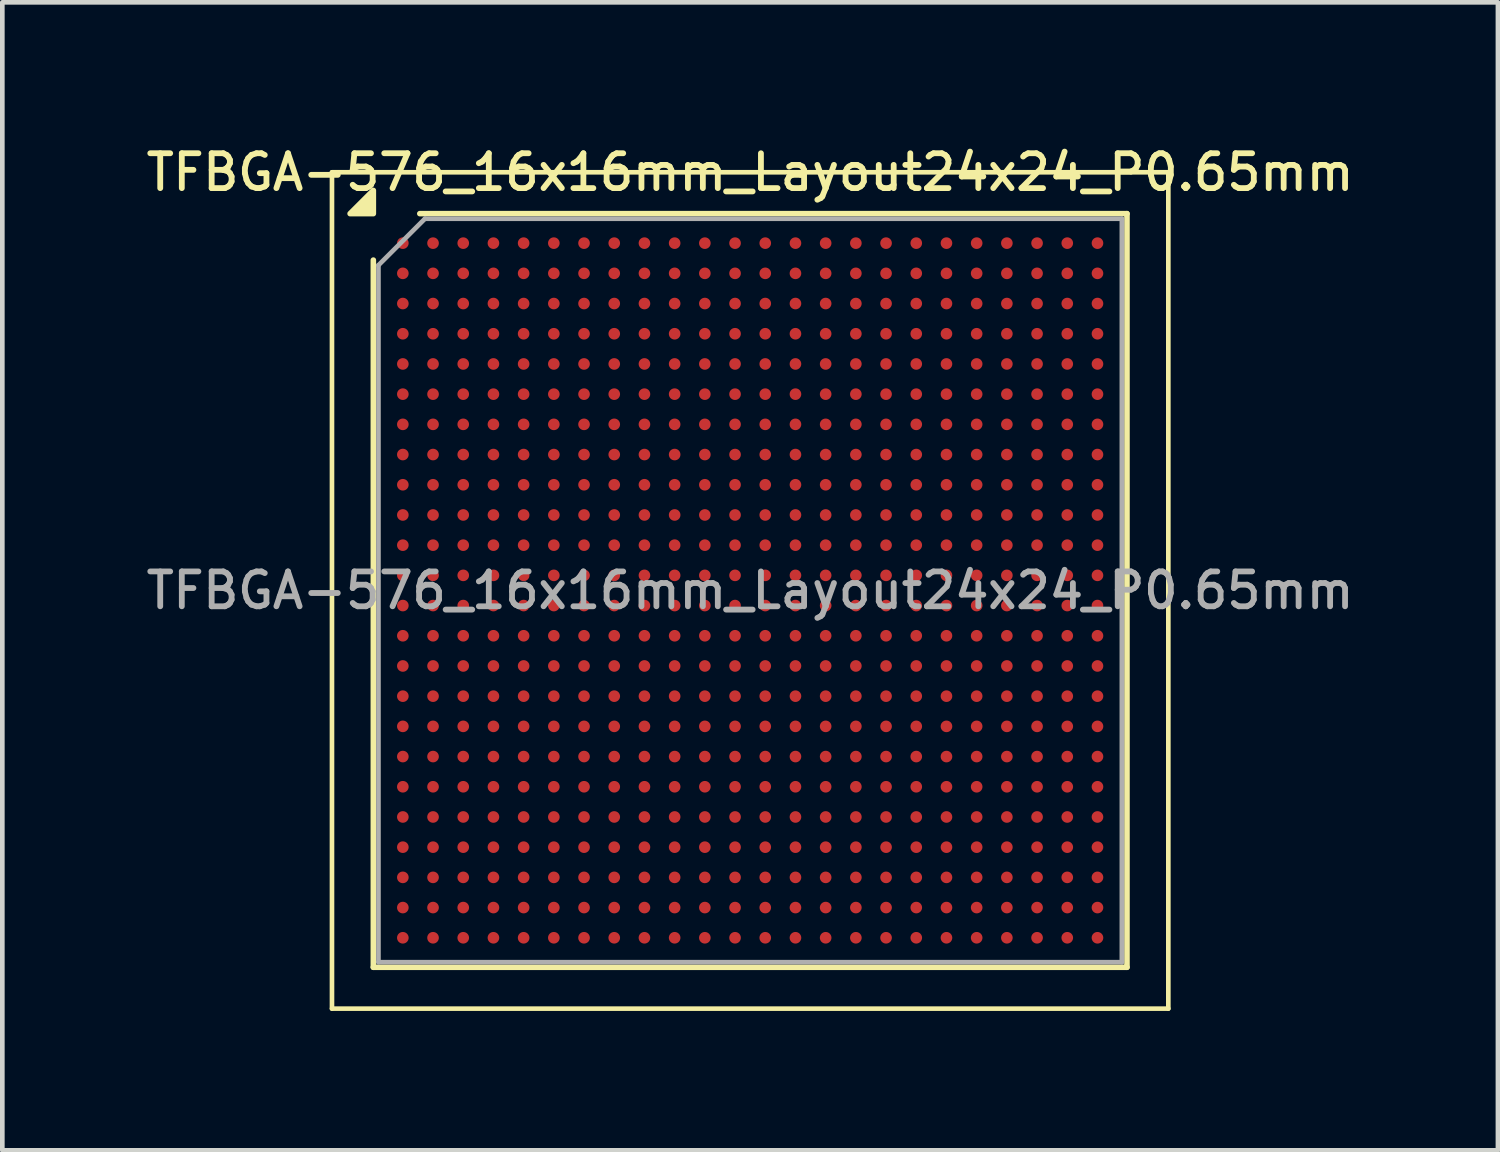
<source format=kicad_pcb>
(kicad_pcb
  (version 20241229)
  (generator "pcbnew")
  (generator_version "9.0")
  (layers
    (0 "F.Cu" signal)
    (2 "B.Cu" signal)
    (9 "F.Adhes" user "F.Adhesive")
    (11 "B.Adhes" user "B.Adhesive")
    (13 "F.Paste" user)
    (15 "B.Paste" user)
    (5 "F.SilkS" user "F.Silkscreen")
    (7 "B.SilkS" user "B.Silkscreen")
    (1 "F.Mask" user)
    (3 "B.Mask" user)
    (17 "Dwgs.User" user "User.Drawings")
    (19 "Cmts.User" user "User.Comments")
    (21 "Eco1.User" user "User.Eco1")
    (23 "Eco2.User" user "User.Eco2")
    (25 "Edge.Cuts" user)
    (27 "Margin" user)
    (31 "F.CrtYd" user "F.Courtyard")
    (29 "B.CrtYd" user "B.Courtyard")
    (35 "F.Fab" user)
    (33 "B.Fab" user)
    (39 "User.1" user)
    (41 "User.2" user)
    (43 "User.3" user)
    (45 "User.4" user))
  (footprint "TFBGA-576_16x16mm_Layout24x24_P0.65mm"
    (layer "F.Cu")
    (at 13.095 9.658)
    (property "Reference" "TFBGA-576_16x16mm_Layout24x24_P0.65mm" (at 0 -9 0) (layer "F.SilkS") (effects (font (size 0.75 0.75) (thickness 0.125))))
    (attr smd)
    (fp_line (start -9 -9) (end -9 9) (stroke (width 0.1) (type solid)) (layer "F.SilkS"))
    (fp_line (start -9 9) (end 9 9) (stroke (width 0.1) (type solid)) (layer "F.SilkS"))
    (fp_line (start -8.11 8.11) (end -8.11 -7.11) (stroke (width 0.12) (type solid)) (layer "F.SilkS"))
    (fp_line (start -7.11 -8.11) (end 8.11 -8.11) (stroke (width 0.12) (type solid)) (layer "F.SilkS"))
    (fp_line (start 8.11 -8.11) (end 8.11 8.11) (stroke (width 0.12) (type solid)) (layer "F.SilkS"))
    (fp_line (start 8.11 8.11) (end -8.11 8.11) (stroke (width 0.12) (type solid)) (layer "F.SilkS"))
    (fp_line (start 9 -9) (end -9 -9) (stroke (width 0.1) (type solid)) (layer "F.SilkS"))
    (fp_line (start 9 9) (end 9 -9) (stroke (width 0.1) (type solid)) (layer "F.SilkS"))
    (fp_poly (pts (xy -8.11 -8.11) (xy -8.61 -8.11) (xy -8.11 -8.61) (xy -8.11 -8.11)) (stroke (width 0.12) (type solid)) (fill yes) (layer "F.SilkS"))
    (fp_line (start -8 -7) (end -7 -8) (stroke (width 0.1) (type solid)) (layer "F.Fab"))
    (fp_line (start -8 8) (end -8 -7) (stroke (width 0.1) (type solid)) (layer "F.Fab"))
    (fp_line (start -7 -8) (end 8 -8) (stroke (width 0.1) (type solid)) (layer "F.Fab"))
    (fp_line (start 8 -8) (end 8 8) (stroke (width 0.1) (type solid)) (layer "F.Fab"))
    (fp_line (start 8 8) (end -8 8) (stroke (width 0.1) (type solid)) (layer "F.Fab"))
    (fp_text user "${REFERENCE}" (at 0 0 0) (layer "F.Fab") (effects (font (size 0.75 0.75) (thickness 0.125))))
    (pad "A1" smd circle (at -7.475 -7.475) (size 0.25 0.25) (property pad_prop_bga) (layers "F.Cu" "F.Mask" "F.Paste"))
    (pad "A2" smd circle (at -6.825 -7.475) (size 0.25 0.25) (property pad_prop_bga) (layers "F.Cu" "F.Mask" "F.Paste"))
    (pad "A3" smd circle (at -6.175 -7.475) (size 0.25 0.25) (property pad_prop_bga) (layers "F.Cu" "F.Mask" "F.Paste"))
    (pad "A4" smd circle (at -5.525 -7.475) (size 0.25 0.25) (property pad_prop_bga) (layers "F.Cu" "F.Mask" "F.Paste"))
    (pad "A5" smd circle (at -4.875 -7.475) (size 0.25 0.25) (property pad_prop_bga) (layers "F.Cu" "F.Mask" "F.Paste"))
    (pad "A6" smd circle (at -4.225 -7.475) (size 0.25 0.25) (property pad_prop_bga) (layers "F.Cu" "F.Mask" "F.Paste"))
    (pad "A7" smd circle (at -3.575 -7.475) (size 0.25 0.25) (property pad_prop_bga) (layers "F.Cu" "F.Mask" "F.Paste"))
    (pad "A8" smd circle (at -2.925 -7.475) (size 0.25 0.25) (property pad_prop_bga) (layers "F.Cu" "F.Mask" "F.Paste"))
    (pad "A9" smd circle (at -2.275 -7.475) (size 0.25 0.25) (property pad_prop_bga) (layers "F.Cu" "F.Mask" "F.Paste"))
    (pad "A10" smd circle (at -1.625 -7.475) (size 0.25 0.25) (property pad_prop_bga) (layers "F.Cu" "F.Mask" "F.Paste"))
    (pad "A11" smd circle (at -0.975 -7.475) (size 0.25 0.25) (property pad_prop_bga) (layers "F.Cu" "F.Mask" "F.Paste"))
    (pad "A12" smd circle (at -0.325 -7.475) (size 0.25 0.25) (property pad_prop_bga) (layers "F.Cu" "F.Mask" "F.Paste"))
    (pad "A13" smd circle (at 0.325 -7.475) (size 0.25 0.25) (property pad_prop_bga) (layers "F.Cu" "F.Mask" "F.Paste"))
    (pad "A14" smd circle (at 0.975 -7.475) (size 0.25 0.25) (property pad_prop_bga) (layers "F.Cu" "F.Mask" "F.Paste"))
    (pad "A15" smd circle (at 1.625 -7.475) (size 0.25 0.25) (property pad_prop_bga) (layers "F.Cu" "F.Mask" "F.Paste"))
    (pad "A16" smd circle (at 2.275 -7.475) (size 0.25 0.25) (property pad_prop_bga) (layers "F.Cu" "F.Mask" "F.Paste"))
    (pad "A17" smd circle (at 2.925 -7.475) (size 0.25 0.25) (property pad_prop_bga) (layers "F.Cu" "F.Mask" "F.Paste"))
    (pad "A18" smd circle (at 3.575 -7.475) (size 0.25 0.25) (property pad_prop_bga) (layers "F.Cu" "F.Mask" "F.Paste"))
    (pad "A19" smd circle (at 4.225 -7.475) (size 0.25 0.25) (property pad_prop_bga) (layers "F.Cu" "F.Mask" "F.Paste"))
    (pad "A20" smd circle (at 4.875 -7.475) (size 0.25 0.25) (property pad_prop_bga) (layers "F.Cu" "F.Mask" "F.Paste"))
    (pad "A21" smd circle (at 5.525 -7.475) (size 0.25 0.25) (property pad_prop_bga) (layers "F.Cu" "F.Mask" "F.Paste"))
    (pad "A22" smd circle (at 6.175 -7.475) (size 0.25 0.25) (property pad_prop_bga) (layers "F.Cu" "F.Mask" "F.Paste"))
    (pad "A23" smd circle (at 6.825 -7.475) (size 0.25 0.25) (property pad_prop_bga) (layers "F.Cu" "F.Mask" "F.Paste"))
    (pad "A24" smd circle (at 7.475 -7.475) (size 0.25 0.25) (property pad_prop_bga) (layers "F.Cu" "F.Mask" "F.Paste"))
    (pad "AA1" smd circle (at -7.475 5.525) (size 0.25 0.25) (property pad_prop_bga) (layers "F.Cu" "F.Mask" "F.Paste"))
    (pad "AA2" smd circle (at -6.825 5.525) (size 0.25 0.25) (property pad_prop_bga) (layers "F.Cu" "F.Mask" "F.Paste"))
    (pad "AA3" smd circle (at -6.175 5.525) (size 0.25 0.25) (property pad_prop_bga) (layers "F.Cu" "F.Mask" "F.Paste"))
    (pad "AA4" smd circle (at -5.525 5.525) (size 0.25 0.25) (property pad_prop_bga) (layers "F.Cu" "F.Mask" "F.Paste"))
    (pad "AA5" smd circle (at -4.875 5.525) (size 0.25 0.25) (property pad_prop_bga) (layers "F.Cu" "F.Mask" "F.Paste"))
    (pad "AA6" smd circle (at -4.225 5.525) (size 0.25 0.25) (property pad_prop_bga) (layers "F.Cu" "F.Mask" "F.Paste"))
    (pad "AA7" smd circle (at -3.575 5.525) (size 0.25 0.25) (property pad_prop_bga) (layers "F.Cu" "F.Mask" "F.Paste"))
    (pad "AA8" smd circle (at -2.925 5.525) (size 0.25 0.25) (property pad_prop_bga) (layers "F.Cu" "F.Mask" "F.Paste"))
    (pad "AA9" smd circle (at -2.275 5.525) (size 0.25 0.25) (property pad_prop_bga) (layers "F.Cu" "F.Mask" "F.Paste"))
    (pad "AA10" smd circle (at -1.625 5.525) (size 0.25 0.25) (property pad_prop_bga) (layers "F.Cu" "F.Mask" "F.Paste"))
    (pad "AA11" smd circle (at -0.975 5.525) (size 0.25 0.25) (property pad_prop_bga) (layers "F.Cu" "F.Mask" "F.Paste"))
    (pad "AA12" smd circle (at -0.325 5.525) (size 0.25 0.25) (property pad_prop_bga) (layers "F.Cu" "F.Mask" "F.Paste"))
    (pad "AA13" smd circle (at 0.325 5.525) (size 0.25 0.25) (property pad_prop_bga) (layers "F.Cu" "F.Mask" "F.Paste"))
    (pad "AA14" smd circle (at 0.975 5.525) (size 0.25 0.25) (property pad_prop_bga) (layers "F.Cu" "F.Mask" "F.Paste"))
    (pad "AA15" smd circle (at 1.625 5.525) (size 0.25 0.25) (property pad_prop_bga) (layers "F.Cu" "F.Mask" "F.Paste"))
    (pad "AA16" smd circle (at 2.275 5.525) (size 0.25 0.25) (property pad_prop_bga) (layers "F.Cu" "F.Mask" "F.Paste"))
    (pad "AA17" smd circle (at 2.925 5.525) (size 0.25 0.25) (property pad_prop_bga) (layers "F.Cu" "F.Mask" "F.Paste"))
    (pad "AA18" smd circle (at 3.575 5.525) (size 0.25 0.25) (property pad_prop_bga) (layers "F.Cu" "F.Mask" "F.Paste"))
    (pad "AA19" smd circle (at 4.225 5.525) (size 0.25 0.25) (property pad_prop_bga) (layers "F.Cu" "F.Mask" "F.Paste"))
    (pad "AA20" smd circle (at 4.875 5.525) (size 0.25 0.25) (property pad_prop_bga) (layers "F.Cu" "F.Mask" "F.Paste"))
    (pad "AA21" smd circle (at 5.525 5.525) (size 0.25 0.25) (property pad_prop_bga) (layers "F.Cu" "F.Mask" "F.Paste"))
    (pad "AA22" smd circle (at 6.175 5.525) (size 0.25 0.25) (property pad_prop_bga) (layers "F.Cu" "F.Mask" "F.Paste"))
    (pad "AA23" smd circle (at 6.825 5.525) (size 0.25 0.25) (property pad_prop_bga) (layers "F.Cu" "F.Mask" "F.Paste"))
    (pad "AA24" smd circle (at 7.475 5.525) (size 0.25 0.25) (property pad_prop_bga) (layers "F.Cu" "F.Mask" "F.Paste"))
    (pad "AB1" smd circle (at -7.475 6.175) (size 0.25 0.25) (property pad_prop_bga) (layers "F.Cu" "F.Mask" "F.Paste"))
    (pad "AB2" smd circle (at -6.825 6.175) (size 0.25 0.25) (property pad_prop_bga) (layers "F.Cu" "F.Mask" "F.Paste"))
    (pad "AB3" smd circle (at -6.175 6.175) (size 0.25 0.25) (property pad_prop_bga) (layers "F.Cu" "F.Mask" "F.Paste"))
    (pad "AB4" smd circle (at -5.525 6.175) (size 0.25 0.25) (property pad_prop_bga) (layers "F.Cu" "F.Mask" "F.Paste"))
    (pad "AB5" smd circle (at -4.875 6.175) (size 0.25 0.25) (property pad_prop_bga) (layers "F.Cu" "F.Mask" "F.Paste"))
    (pad "AB6" smd circle (at -4.225 6.175) (size 0.25 0.25) (property pad_prop_bga) (layers "F.Cu" "F.Mask" "F.Paste"))
    (pad "AB7" smd circle (at -3.575 6.175) (size 0.25 0.25) (property pad_prop_bga) (layers "F.Cu" "F.Mask" "F.Paste"))
    (pad "AB8" smd circle (at -2.925 6.175) (size 0.25 0.25) (property pad_prop_bga) (layers "F.Cu" "F.Mask" "F.Paste"))
    (pad "AB9" smd circle (at -2.275 6.175) (size 0.25 0.25) (property pad_prop_bga) (layers "F.Cu" "F.Mask" "F.Paste"))
    (pad "AB10" smd circle (at -1.625 6.175) (size 0.25 0.25) (property pad_prop_bga) (layers "F.Cu" "F.Mask" "F.Paste"))
    (pad "AB11" smd circle (at -0.975 6.175) (size 0.25 0.25) (property pad_prop_bga) (layers "F.Cu" "F.Mask" "F.Paste"))
    (pad "AB12" smd circle (at -0.325 6.175) (size 0.25 0.25) (property pad_prop_bga) (layers "F.Cu" "F.Mask" "F.Paste"))
    (pad "AB13" smd circle (at 0.325 6.175) (size 0.25 0.25) (property pad_prop_bga) (layers "F.Cu" "F.Mask" "F.Paste"))
    (pad "AB14" smd circle (at 0.975 6.175) (size 0.25 0.25) (property pad_prop_bga) (layers "F.Cu" "F.Mask" "F.Paste"))
    (pad "AB15" smd circle (at 1.625 6.175) (size 0.25 0.25) (property pad_prop_bga) (layers "F.Cu" "F.Mask" "F.Paste"))
    (pad "AB16" smd circle (at 2.275 6.175) (size 0.25 0.25) (property pad_prop_bga) (layers "F.Cu" "F.Mask" "F.Paste"))
    (pad "AB17" smd circle (at 2.925 6.175) (size 0.25 0.25) (property pad_prop_bga) (layers "F.Cu" "F.Mask" "F.Paste"))
    (pad "AB18" smd circle (at 3.575 6.175) (size 0.25 0.25) (property pad_prop_bga) (layers "F.Cu" "F.Mask" "F.Paste"))
    (pad "AB19" smd circle (at 4.225 6.175) (size 0.25 0.25) (property pad_prop_bga) (layers "F.Cu" "F.Mask" "F.Paste"))
    (pad "AB20" smd circle (at 4.875 6.175) (size 0.25 0.25) (property pad_prop_bga) (layers "F.Cu" "F.Mask" "F.Paste"))
    (pad "AB21" smd circle (at 5.525 6.175) (size 0.25 0.25) (property pad_prop_bga) (layers "F.Cu" "F.Mask" "F.Paste"))
    (pad "AB22" smd circle (at 6.175 6.175) (size 0.25 0.25) (property pad_prop_bga) (layers "F.Cu" "F.Mask" "F.Paste"))
    (pad "AB23" smd circle (at 6.825 6.175) (size 0.25 0.25) (property pad_prop_bga) (layers "F.Cu" "F.Mask" "F.Paste"))
    (pad "AB24" smd circle (at 7.475 6.175) (size 0.25 0.25) (property pad_prop_bga) (layers "F.Cu" "F.Mask" "F.Paste"))
    (pad "AC1" smd circle (at -7.475 6.825) (size 0.25 0.25) (property pad_prop_bga) (layers "F.Cu" "F.Mask" "F.Paste"))
    (pad "AC2" smd circle (at -6.825 6.825) (size 0.25 0.25) (property pad_prop_bga) (layers "F.Cu" "F.Mask" "F.Paste"))
    (pad "AC3" smd circle (at -6.175 6.825) (size 0.25 0.25) (property pad_prop_bga) (layers "F.Cu" "F.Mask" "F.Paste"))
    (pad "AC4" smd circle (at -5.525 6.825) (size 0.25 0.25) (property pad_prop_bga) (layers "F.Cu" "F.Mask" "F.Paste"))
    (pad "AC5" smd circle (at -4.875 6.825) (size 0.25 0.25) (property pad_prop_bga) (layers "F.Cu" "F.Mask" "F.Paste"))
    (pad "AC6" smd circle (at -4.225 6.825) (size 0.25 0.25) (property pad_prop_bga) (layers "F.Cu" "F.Mask" "F.Paste"))
    (pad "AC7" smd circle (at -3.575 6.825) (size 0.25 0.25) (property pad_prop_bga) (layers "F.Cu" "F.Mask" "F.Paste"))
    (pad "AC8" smd circle (at -2.925 6.825) (size 0.25 0.25) (property pad_prop_bga) (layers "F.Cu" "F.Mask" "F.Paste"))
    (pad "AC9" smd circle (at -2.275 6.825) (size 0.25 0.25) (property pad_prop_bga) (layers "F.Cu" "F.Mask" "F.Paste"))
    (pad "AC10" smd circle (at -1.625 6.825) (size 0.25 0.25) (property pad_prop_bga) (layers "F.Cu" "F.Mask" "F.Paste"))
    (pad "AC11" smd circle (at -0.975 6.825) (size 0.25 0.25) (property pad_prop_bga) (layers "F.Cu" "F.Mask" "F.Paste"))
    (pad "AC12" smd circle (at -0.325 6.825) (size 0.25 0.25) (property pad_prop_bga) (layers "F.Cu" "F.Mask" "F.Paste"))
    (pad "AC13" smd circle (at 0.325 6.825) (size 0.25 0.25) (property pad_prop_bga) (layers "F.Cu" "F.Mask" "F.Paste"))
    (pad "AC14" smd circle (at 0.975 6.825) (size 0.25 0.25) (property pad_prop_bga) (layers "F.Cu" "F.Mask" "F.Paste"))
    (pad "AC15" smd circle (at 1.625 6.825) (size 0.25 0.25) (property pad_prop_bga) (layers "F.Cu" "F.Mask" "F.Paste"))
    (pad "AC16" smd circle (at 2.275 6.825) (size 0.25 0.25) (property pad_prop_bga) (layers "F.Cu" "F.Mask" "F.Paste"))
    (pad "AC17" smd circle (at 2.925 6.825) (size 0.25 0.25) (property pad_prop_bga) (layers "F.Cu" "F.Mask" "F.Paste"))
    (pad "AC18" smd circle (at 3.575 6.825) (size 0.25 0.25) (property pad_prop_bga) (layers "F.Cu" "F.Mask" "F.Paste"))
    (pad "AC19" smd circle (at 4.225 6.825) (size 0.25 0.25) (property pad_prop_bga) (layers "F.Cu" "F.Mask" "F.Paste"))
    (pad "AC20" smd circle (at 4.875 6.825) (size 0.25 0.25) (property pad_prop_bga) (layers "F.Cu" "F.Mask" "F.Paste"))
    (pad "AC21" smd circle (at 5.525 6.825) (size 0.25 0.25) (property pad_prop_bga) (layers "F.Cu" "F.Mask" "F.Paste"))
    (pad "AC22" smd circle (at 6.175 6.825) (size 0.25 0.25) (property pad_prop_bga) (layers "F.Cu" "F.Mask" "F.Paste"))
    (pad "AC23" smd circle (at 6.825 6.825) (size 0.25 0.25) (property pad_prop_bga) (layers "F.Cu" "F.Mask" "F.Paste"))
    (pad "AC24" smd circle (at 7.475 6.825) (size 0.25 0.25) (property pad_prop_bga) (layers "F.Cu" "F.Mask" "F.Paste"))
    (pad "AD1" smd circle (at -7.475 7.475) (size 0.25 0.25) (property pad_prop_bga) (layers "F.Cu" "F.Mask" "F.Paste"))
    (pad "AD2" smd circle (at -6.825 7.475) (size 0.25 0.25) (property pad_prop_bga) (layers "F.Cu" "F.Mask" "F.Paste"))
    (pad "AD3" smd circle (at -6.175 7.475) (size 0.25 0.25) (property pad_prop_bga) (layers "F.Cu" "F.Mask" "F.Paste"))
    (pad "AD4" smd circle (at -5.525 7.475) (size 0.25 0.25) (property pad_prop_bga) (layers "F.Cu" "F.Mask" "F.Paste"))
    (pad "AD5" smd circle (at -4.875 7.475) (size 0.25 0.25) (property pad_prop_bga) (layers "F.Cu" "F.Mask" "F.Paste"))
    (pad "AD6" smd circle (at -4.225 7.475) (size 0.25 0.25) (property pad_prop_bga) (layers "F.Cu" "F.Mask" "F.Paste"))
    (pad "AD7" smd circle (at -3.575 7.475) (size 0.25 0.25) (property pad_prop_bga) (layers "F.Cu" "F.Mask" "F.Paste"))
    (pad "AD8" smd circle (at -2.925 7.475) (size 0.25 0.25) (property pad_prop_bga) (layers "F.Cu" "F.Mask" "F.Paste"))
    (pad "AD9" smd circle (at -2.275 7.475) (size 0.25 0.25) (property pad_prop_bga) (layers "F.Cu" "F.Mask" "F.Paste"))
    (pad "AD10" smd circle (at -1.625 7.475) (size 0.25 0.25) (property pad_prop_bga) (layers "F.Cu" "F.Mask" "F.Paste"))
    (pad "AD11" smd circle (at -0.975 7.475) (size 0.25 0.25) (property pad_prop_bga) (layers "F.Cu" "F.Mask" "F.Paste"))
    (pad "AD12" smd circle (at -0.325 7.475) (size 0.25 0.25) (property pad_prop_bga) (layers "F.Cu" "F.Mask" "F.Paste"))
    (pad "AD13" smd circle (at 0.325 7.475) (size 0.25 0.25) (property pad_prop_bga) (layers "F.Cu" "F.Mask" "F.Paste"))
    (pad "AD14" smd circle (at 0.975 7.475) (size 0.25 0.25) (property pad_prop_bga) (layers "F.Cu" "F.Mask" "F.Paste"))
    (pad "AD15" smd circle (at 1.625 7.475) (size 0.25 0.25) (property pad_prop_bga) (layers "F.Cu" "F.Mask" "F.Paste"))
    (pad "AD16" smd circle (at 2.275 7.475) (size 0.25 0.25) (property pad_prop_bga) (layers "F.Cu" "F.Mask" "F.Paste"))
    (pad "AD17" smd circle (at 2.925 7.475) (size 0.25 0.25) (property pad_prop_bga) (layers "F.Cu" "F.Mask" "F.Paste"))
    (pad "AD18" smd circle (at 3.575 7.475) (size 0.25 0.25) (property pad_prop_bga) (layers "F.Cu" "F.Mask" "F.Paste"))
    (pad "AD19" smd circle (at 4.225 7.475) (size 0.25 0.25) (property pad_prop_bga) (layers "F.Cu" "F.Mask" "F.Paste"))
    (pad "AD20" smd circle (at 4.875 7.475) (size 0.25 0.25) (property pad_prop_bga) (layers "F.Cu" "F.Mask" "F.Paste"))
    (pad "AD21" smd circle (at 5.525 7.475) (size 0.25 0.25) (property pad_prop_bga) (layers "F.Cu" "F.Mask" "F.Paste"))
    (pad "AD22" smd circle (at 6.175 7.475) (size 0.25 0.25) (property pad_prop_bga) (layers "F.Cu" "F.Mask" "F.Paste"))
    (pad "AD23" smd circle (at 6.825 7.475) (size 0.25 0.25) (property pad_prop_bga) (layers "F.Cu" "F.Mask" "F.Paste"))
    (pad "AD24" smd circle (at 7.475 7.475) (size 0.25 0.25) (property pad_prop_bga) (layers "F.Cu" "F.Mask" "F.Paste"))
    (pad "B1" smd circle (at -7.475 -6.825) (size 0.25 0.25) (property pad_prop_bga) (layers "F.Cu" "F.Mask" "F.Paste"))
    (pad "B2" smd circle (at -6.825 -6.825) (size 0.25 0.25) (property pad_prop_bga) (layers "F.Cu" "F.Mask" "F.Paste"))
    (pad "B3" smd circle (at -6.175 -6.825) (size 0.25 0.25) (property pad_prop_bga) (layers "F.Cu" "F.Mask" "F.Paste"))
    (pad "B4" smd circle (at -5.525 -6.825) (size 0.25 0.25) (property pad_prop_bga) (layers "F.Cu" "F.Mask" "F.Paste"))
    (pad "B5" smd circle (at -4.875 -6.825) (size 0.25 0.25) (property pad_prop_bga) (layers "F.Cu" "F.Mask" "F.Paste"))
    (pad "B6" smd circle (at -4.225 -6.825) (size 0.25 0.25) (property pad_prop_bga) (layers "F.Cu" "F.Mask" "F.Paste"))
    (pad "B7" smd circle (at -3.575 -6.825) (size 0.25 0.25) (property pad_prop_bga) (layers "F.Cu" "F.Mask" "F.Paste"))
    (pad "B8" smd circle (at -2.925 -6.825) (size 0.25 0.25) (property pad_prop_bga) (layers "F.Cu" "F.Mask" "F.Paste"))
    (pad "B9" smd circle (at -2.275 -6.825) (size 0.25 0.25) (property pad_prop_bga) (layers "F.Cu" "F.Mask" "F.Paste"))
    (pad "B10" smd circle (at -1.625 -6.825) (size 0.25 0.25) (property pad_prop_bga) (layers "F.Cu" "F.Mask" "F.Paste"))
    (pad "B11" smd circle (at -0.975 -6.825) (size 0.25 0.25) (property pad_prop_bga) (layers "F.Cu" "F.Mask" "F.Paste"))
    (pad "B12" smd circle (at -0.325 -6.825) (size 0.25 0.25) (property pad_prop_bga) (layers "F.Cu" "F.Mask" "F.Paste"))
    (pad "B13" smd circle (at 0.325 -6.825) (size 0.25 0.25) (property pad_prop_bga) (layers "F.Cu" "F.Mask" "F.Paste"))
    (pad "B14" smd circle (at 0.975 -6.825) (size 0.25 0.25) (property pad_prop_bga) (layers "F.Cu" "F.Mask" "F.Paste"))
    (pad "B15" smd circle (at 1.625 -6.825) (size 0.25 0.25) (property pad_prop_bga) (layers "F.Cu" "F.Mask" "F.Paste"))
    (pad "B16" smd circle (at 2.275 -6.825) (size 0.25 0.25) (property pad_prop_bga) (layers "F.Cu" "F.Mask" "F.Paste"))
    (pad "B17" smd circle (at 2.925 -6.825) (size 0.25 0.25) (property pad_prop_bga) (layers "F.Cu" "F.Mask" "F.Paste"))
    (pad "B18" smd circle (at 3.575 -6.825) (size 0.25 0.25) (property pad_prop_bga) (layers "F.Cu" "F.Mask" "F.Paste"))
    (pad "B19" smd circle (at 4.225 -6.825) (size 0.25 0.25) (property pad_prop_bga) (layers "F.Cu" "F.Mask" "F.Paste"))
    (pad "B20" smd circle (at 4.875 -6.825) (size 0.25 0.25) (property pad_prop_bga) (layers "F.Cu" "F.Mask" "F.Paste"))
    (pad "B21" smd circle (at 5.525 -6.825) (size 0.25 0.25) (property pad_prop_bga) (layers "F.Cu" "F.Mask" "F.Paste"))
    (pad "B22" smd circle (at 6.175 -6.825) (size 0.25 0.25) (property pad_prop_bga) (layers "F.Cu" "F.Mask" "F.Paste"))
    (pad "B23" smd circle (at 6.825 -6.825) (size 0.25 0.25) (property pad_prop_bga) (layers "F.Cu" "F.Mask" "F.Paste"))
    (pad "B24" smd circle (at 7.475 -6.825) (size 0.25 0.25) (property pad_prop_bga) (layers "F.Cu" "F.Mask" "F.Paste"))
    (pad "C1" smd circle (at -7.475 -6.175) (size 0.25 0.25) (property pad_prop_bga) (layers "F.Cu" "F.Mask" "F.Paste"))
    (pad "C2" smd circle (at -6.825 -6.175) (size 0.25 0.25) (property pad_prop_bga) (layers "F.Cu" "F.Mask" "F.Paste"))
    (pad "C3" smd circle (at -6.175 -6.175) (size 0.25 0.25) (property pad_prop_bga) (layers "F.Cu" "F.Mask" "F.Paste"))
    (pad "C4" smd circle (at -5.525 -6.175) (size 0.25 0.25) (property pad_prop_bga) (layers "F.Cu" "F.Mask" "F.Paste"))
    (pad "C5" smd circle (at -4.875 -6.175) (size 0.25 0.25) (property pad_prop_bga) (layers "F.Cu" "F.Mask" "F.Paste"))
    (pad "C6" smd circle (at -4.225 -6.175) (size 0.25 0.25) (property pad_prop_bga) (layers "F.Cu" "F.Mask" "F.Paste"))
    (pad "C7" smd circle (at -3.575 -6.175) (size 0.25 0.25) (property pad_prop_bga) (layers "F.Cu" "F.Mask" "F.Paste"))
    (pad "C8" smd circle (at -2.925 -6.175) (size 0.25 0.25) (property pad_prop_bga) (layers "F.Cu" "F.Mask" "F.Paste"))
    (pad "C9" smd circle (at -2.275 -6.175) (size 0.25 0.25) (property pad_prop_bga) (layers "F.Cu" "F.Mask" "F.Paste"))
    (pad "C10" smd circle (at -1.625 -6.175) (size 0.25 0.25) (property pad_prop_bga) (layers "F.Cu" "F.Mask" "F.Paste"))
    (pad "C11" smd circle (at -0.975 -6.175) (size 0.25 0.25) (property pad_prop_bga) (layers "F.Cu" "F.Mask" "F.Paste"))
    (pad "C12" smd circle (at -0.325 -6.175) (size 0.25 0.25) (property pad_prop_bga) (layers "F.Cu" "F.Mask" "F.Paste"))
    (pad "C13" smd circle (at 0.325 -6.175) (size 0.25 0.25) (property pad_prop_bga) (layers "F.Cu" "F.Mask" "F.Paste"))
    (pad "C14" smd circle (at 0.975 -6.175) (size 0.25 0.25) (property pad_prop_bga) (layers "F.Cu" "F.Mask" "F.Paste"))
    (pad "C15" smd circle (at 1.625 -6.175) (size 0.25 0.25) (property pad_prop_bga) (layers "F.Cu" "F.Mask" "F.Paste"))
    (pad "C16" smd circle (at 2.275 -6.175) (size 0.25 0.25) (property pad_prop_bga) (layers "F.Cu" "F.Mask" "F.Paste"))
    (pad "C17" smd circle (at 2.925 -6.175) (size 0.25 0.25) (property pad_prop_bga) (layers "F.Cu" "F.Mask" "F.Paste"))
    (pad "C18" smd circle (at 3.575 -6.175) (size 0.25 0.25) (property pad_prop_bga) (layers "F.Cu" "F.Mask" "F.Paste"))
    (pad "C19" smd circle (at 4.225 -6.175) (size 0.25 0.25) (property pad_prop_bga) (layers "F.Cu" "F.Mask" "F.Paste"))
    (pad "C20" smd circle (at 4.875 -6.175) (size 0.25 0.25) (property pad_prop_bga) (layers "F.Cu" "F.Mask" "F.Paste"))
    (pad "C21" smd circle (at 5.525 -6.175) (size 0.25 0.25) (property pad_prop_bga) (layers "F.Cu" "F.Mask" "F.Paste"))
    (pad "C22" smd circle (at 6.175 -6.175) (size 0.25 0.25) (property pad_prop_bga) (layers "F.Cu" "F.Mask" "F.Paste"))
    (pad "C23" smd circle (at 6.825 -6.175) (size 0.25 0.25) (property pad_prop_bga) (layers "F.Cu" "F.Mask" "F.Paste"))
    (pad "C24" smd circle (at 7.475 -6.175) (size 0.25 0.25) (property pad_prop_bga) (layers "F.Cu" "F.Mask" "F.Paste"))
    (pad "D1" smd circle (at -7.475 -5.525) (size 0.25 0.25) (property pad_prop_bga) (layers "F.Cu" "F.Mask" "F.Paste"))
    (pad "D2" smd circle (at -6.825 -5.525) (size 0.25 0.25) (property pad_prop_bga) (layers "F.Cu" "F.Mask" "F.Paste"))
    (pad "D3" smd circle (at -6.175 -5.525) (size 0.25 0.25) (property pad_prop_bga) (layers "F.Cu" "F.Mask" "F.Paste"))
    (pad "D4" smd circle (at -5.525 -5.525) (size 0.25 0.25) (property pad_prop_bga) (layers "F.Cu" "F.Mask" "F.Paste"))
    (pad "D5" smd circle (at -4.875 -5.525) (size 0.25 0.25) (property pad_prop_bga) (layers "F.Cu" "F.Mask" "F.Paste"))
    (pad "D6" smd circle (at -4.225 -5.525) (size 0.25 0.25) (property pad_prop_bga) (layers "F.Cu" "F.Mask" "F.Paste"))
    (pad "D7" smd circle (at -3.575 -5.525) (size 0.25 0.25) (property pad_prop_bga) (layers "F.Cu" "F.Mask" "F.Paste"))
    (pad "D8" smd circle (at -2.925 -5.525) (size 0.25 0.25) (property pad_prop_bga) (layers "F.Cu" "F.Mask" "F.Paste"))
    (pad "D9" smd circle (at -2.275 -5.525) (size 0.25 0.25) (property pad_prop_bga) (layers "F.Cu" "F.Mask" "F.Paste"))
    (pad "D10" smd circle (at -1.625 -5.525) (size 0.25 0.25) (property pad_prop_bga) (layers "F.Cu" "F.Mask" "F.Paste"))
    (pad "D11" smd circle (at -0.975 -5.525) (size 0.25 0.25) (property pad_prop_bga) (layers "F.Cu" "F.Mask" "F.Paste"))
    (pad "D12" smd circle (at -0.325 -5.525) (size 0.25 0.25) (property pad_prop_bga) (layers "F.Cu" "F.Mask" "F.Paste"))
    (pad "D13" smd circle (at 0.325 -5.525) (size 0.25 0.25) (property pad_prop_bga) (layers "F.Cu" "F.Mask" "F.Paste"))
    (pad "D14" smd circle (at 0.975 -5.525) (size 0.25 0.25) (property pad_prop_bga) (layers "F.Cu" "F.Mask" "F.Paste"))
    (pad "D15" smd circle (at 1.625 -5.525) (size 0.25 0.25) (property pad_prop_bga) (layers "F.Cu" "F.Mask" "F.Paste"))
    (pad "D16" smd circle (at 2.275 -5.525) (size 0.25 0.25) (property pad_prop_bga) (layers "F.Cu" "F.Mask" "F.Paste"))
    (pad "D17" smd circle (at 2.925 -5.525) (size 0.25 0.25) (property pad_prop_bga) (layers "F.Cu" "F.Mask" "F.Paste"))
    (pad "D18" smd circle (at 3.575 -5.525) (size 0.25 0.25) (property pad_prop_bga) (layers "F.Cu" "F.Mask" "F.Paste"))
    (pad "D19" smd circle (at 4.225 -5.525) (size 0.25 0.25) (property pad_prop_bga) (layers "F.Cu" "F.Mask" "F.Paste"))
    (pad "D20" smd circle (at 4.875 -5.525) (size 0.25 0.25) (property pad_prop_bga) (layers "F.Cu" "F.Mask" "F.Paste"))
    (pad "D21" smd circle (at 5.525 -5.525) (size 0.25 0.25) (property pad_prop_bga) (layers "F.Cu" "F.Mask" "F.Paste"))
    (pad "D22" smd circle (at 6.175 -5.525) (size 0.25 0.25) (property pad_prop_bga) (layers "F.Cu" "F.Mask" "F.Paste"))
    (pad "D23" smd circle (at 6.825 -5.525) (size 0.25 0.25) (property pad_prop_bga) (layers "F.Cu" "F.Mask" "F.Paste"))
    (pad "D24" smd circle (at 7.475 -5.525) (size 0.25 0.25) (property pad_prop_bga) (layers "F.Cu" "F.Mask" "F.Paste"))
    (pad "E1" smd circle (at -7.475 -4.875) (size 0.25 0.25) (property pad_prop_bga) (layers "F.Cu" "F.Mask" "F.Paste"))
    (pad "E2" smd circle (at -6.825 -4.875) (size 0.25 0.25) (property pad_prop_bga) (layers "F.Cu" "F.Mask" "F.Paste"))
    (pad "E3" smd circle (at -6.175 -4.875) (size 0.25 0.25) (property pad_prop_bga) (layers "F.Cu" "F.Mask" "F.Paste"))
    (pad "E4" smd circle (at -5.525 -4.875) (size 0.25 0.25) (property pad_prop_bga) (layers "F.Cu" "F.Mask" "F.Paste"))
    (pad "E5" smd circle (at -4.875 -4.875) (size 0.25 0.25) (property pad_prop_bga) (layers "F.Cu" "F.Mask" "F.Paste"))
    (pad "E6" smd circle (at -4.225 -4.875) (size 0.25 0.25) (property pad_prop_bga) (layers "F.Cu" "F.Mask" "F.Paste"))
    (pad "E7" smd circle (at -3.575 -4.875) (size 0.25 0.25) (property pad_prop_bga) (layers "F.Cu" "F.Mask" "F.Paste"))
    (pad "E8" smd circle (at -2.925 -4.875) (size 0.25 0.25) (property pad_prop_bga) (layers "F.Cu" "F.Mask" "F.Paste"))
    (pad "E9" smd circle (at -2.275 -4.875) (size 0.25 0.25) (property pad_prop_bga) (layers "F.Cu" "F.Mask" "F.Paste"))
    (pad "E10" smd circle (at -1.625 -4.875) (size 0.25 0.25) (property pad_prop_bga) (layers "F.Cu" "F.Mask" "F.Paste"))
    (pad "E11" smd circle (at -0.975 -4.875) (size 0.25 0.25) (property pad_prop_bga) (layers "F.Cu" "F.Mask" "F.Paste"))
    (pad "E12" smd circle (at -0.325 -4.875) (size 0.25 0.25) (property pad_prop_bga) (layers "F.Cu" "F.Mask" "F.Paste"))
    (pad "E13" smd circle (at 0.325 -4.875) (size 0.25 0.25) (property pad_prop_bga) (layers "F.Cu" "F.Mask" "F.Paste"))
    (pad "E14" smd circle (at 0.975 -4.875) (size 0.25 0.25) (property pad_prop_bga) (layers "F.Cu" "F.Mask" "F.Paste"))
    (pad "E15" smd circle (at 1.625 -4.875) (size 0.25 0.25) (property pad_prop_bga) (layers "F.Cu" "F.Mask" "F.Paste"))
    (pad "E16" smd circle (at 2.275 -4.875) (size 0.25 0.25) (property pad_prop_bga) (layers "F.Cu" "F.Mask" "F.Paste"))
    (pad "E17" smd circle (at 2.925 -4.875) (size 0.25 0.25) (property pad_prop_bga) (layers "F.Cu" "F.Mask" "F.Paste"))
    (pad "E18" smd circle (at 3.575 -4.875) (size 0.25 0.25) (property pad_prop_bga) (layers "F.Cu" "F.Mask" "F.Paste"))
    (pad "E19" smd circle (at 4.225 -4.875) (size 0.25 0.25) (property pad_prop_bga) (layers "F.Cu" "F.Mask" "F.Paste"))
    (pad "E20" smd circle (at 4.875 -4.875) (size 0.25 0.25) (property pad_prop_bga) (layers "F.Cu" "F.Mask" "F.Paste"))
    (pad "E21" smd circle (at 5.525 -4.875) (size 0.25 0.25) (property pad_prop_bga) (layers "F.Cu" "F.Mask" "F.Paste"))
    (pad "E22" smd circle (at 6.175 -4.875) (size 0.25 0.25) (property pad_prop_bga) (layers "F.Cu" "F.Mask" "F.Paste"))
    (pad "E23" smd circle (at 6.825 -4.875) (size 0.25 0.25) (property pad_prop_bga) (layers "F.Cu" "F.Mask" "F.Paste"))
    (pad "E24" smd circle (at 7.475 -4.875) (size 0.25 0.25) (property pad_prop_bga) (layers "F.Cu" "F.Mask" "F.Paste"))
    (pad "F1" smd circle (at -7.475 -4.225) (size 0.25 0.25) (property pad_prop_bga) (layers "F.Cu" "F.Mask" "F.Paste"))
    (pad "F2" smd circle (at -6.825 -4.225) (size 0.25 0.25) (property pad_prop_bga) (layers "F.Cu" "F.Mask" "F.Paste"))
    (pad "F3" smd circle (at -6.175 -4.225) (size 0.25 0.25) (property pad_prop_bga) (layers "F.Cu" "F.Mask" "F.Paste"))
    (pad "F4" smd circle (at -5.525 -4.225) (size 0.25 0.25) (property pad_prop_bga) (layers "F.Cu" "F.Mask" "F.Paste"))
    (pad "F5" smd circle (at -4.875 -4.225) (size 0.25 0.25) (property pad_prop_bga) (layers "F.Cu" "F.Mask" "F.Paste"))
    (pad "F6" smd circle (at -4.225 -4.225) (size 0.25 0.25) (property pad_prop_bga) (layers "F.Cu" "F.Mask" "F.Paste"))
    (pad "F7" smd circle (at -3.575 -4.225) (size 0.25 0.25) (property pad_prop_bga) (layers "F.Cu" "F.Mask" "F.Paste"))
    (pad "F8" smd circle (at -2.925 -4.225) (size 0.25 0.25) (property pad_prop_bga) (layers "F.Cu" "F.Mask" "F.Paste"))
    (pad "F9" smd circle (at -2.275 -4.225) (size 0.25 0.25) (property pad_prop_bga) (layers "F.Cu" "F.Mask" "F.Paste"))
    (pad "F10" smd circle (at -1.625 -4.225) (size 0.25 0.25) (property pad_prop_bga) (layers "F.Cu" "F.Mask" "F.Paste"))
    (pad "F11" smd circle (at -0.975 -4.225) (size 0.25 0.25) (property pad_prop_bga) (layers "F.Cu" "F.Mask" "F.Paste"))
    (pad "F12" smd circle (at -0.325 -4.225) (size 0.25 0.25) (property pad_prop_bga) (layers "F.Cu" "F.Mask" "F.Paste"))
    (pad "F13" smd circle (at 0.325 -4.225) (size 0.25 0.25) (property pad_prop_bga) (layers "F.Cu" "F.Mask" "F.Paste"))
    (pad "F14" smd circle (at 0.975 -4.225) (size 0.25 0.25) (property pad_prop_bga) (layers "F.Cu" "F.Mask" "F.Paste"))
    (pad "F15" smd circle (at 1.625 -4.225) (size 0.25 0.25) (property pad_prop_bga) (layers "F.Cu" "F.Mask" "F.Paste"))
    (pad "F16" smd circle (at 2.275 -4.225) (size 0.25 0.25) (property pad_prop_bga) (layers "F.Cu" "F.Mask" "F.Paste"))
    (pad "F17" smd circle (at 2.925 -4.225) (size 0.25 0.25) (property pad_prop_bga) (layers "F.Cu" "F.Mask" "F.Paste"))
    (pad "F18" smd circle (at 3.575 -4.225) (size 0.25 0.25) (property pad_prop_bga) (layers "F.Cu" "F.Mask" "F.Paste"))
    (pad "F19" smd circle (at 4.225 -4.225) (size 0.25 0.25) (property pad_prop_bga) (layers "F.Cu" "F.Mask" "F.Paste"))
    (pad "F20" smd circle (at 4.875 -4.225) (size 0.25 0.25) (property pad_prop_bga) (layers "F.Cu" "F.Mask" "F.Paste"))
    (pad "F21" smd circle (at 5.525 -4.225) (size 0.25 0.25) (property pad_prop_bga) (layers "F.Cu" "F.Mask" "F.Paste"))
    (pad "F22" smd circle (at 6.175 -4.225) (size 0.25 0.25) (property pad_prop_bga) (layers "F.Cu" "F.Mask" "F.Paste"))
    (pad "F23" smd circle (at 6.825 -4.225) (size 0.25 0.25) (property pad_prop_bga) (layers "F.Cu" "F.Mask" "F.Paste"))
    (pad "F24" smd circle (at 7.475 -4.225) (size 0.25 0.25) (property pad_prop_bga) (layers "F.Cu" "F.Mask" "F.Paste"))
    (pad "G1" smd circle (at -7.475 -3.575) (size 0.25 0.25) (property pad_prop_bga) (layers "F.Cu" "F.Mask" "F.Paste"))
    (pad "G2" smd circle (at -6.825 -3.575) (size 0.25 0.25) (property pad_prop_bga) (layers "F.Cu" "F.Mask" "F.Paste"))
    (pad "G3" smd circle (at -6.175 -3.575) (size 0.25 0.25) (property pad_prop_bga) (layers "F.Cu" "F.Mask" "F.Paste"))
    (pad "G4" smd circle (at -5.525 -3.575) (size 0.25 0.25) (property pad_prop_bga) (layers "F.Cu" "F.Mask" "F.Paste"))
    (pad "G5" smd circle (at -4.875 -3.575) (size 0.25 0.25) (property pad_prop_bga) (layers "F.Cu" "F.Mask" "F.Paste"))
    (pad "G6" smd circle (at -4.225 -3.575) (size 0.25 0.25) (property pad_prop_bga) (layers "F.Cu" "F.Mask" "F.Paste"))
    (pad "G7" smd circle (at -3.575 -3.575) (size 0.25 0.25) (property pad_prop_bga) (layers "F.Cu" "F.Mask" "F.Paste"))
    (pad "G8" smd circle (at -2.925 -3.575) (size 0.25 0.25) (property pad_prop_bga) (layers "F.Cu" "F.Mask" "F.Paste"))
    (pad "G9" smd circle (at -2.275 -3.575) (size 0.25 0.25) (property pad_prop_bga) (layers "F.Cu" "F.Mask" "F.Paste"))
    (pad "G10" smd circle (at -1.625 -3.575) (size 0.25 0.25) (property pad_prop_bga) (layers "F.Cu" "F.Mask" "F.Paste"))
    (pad "G11" smd circle (at -0.975 -3.575) (size 0.25 0.25) (property pad_prop_bga) (layers "F.Cu" "F.Mask" "F.Paste"))
    (pad "G12" smd circle (at -0.325 -3.575) (size 0.25 0.25) (property pad_prop_bga) (layers "F.Cu" "F.Mask" "F.Paste"))
    (pad "G13" smd circle (at 0.325 -3.575) (size 0.25 0.25) (property pad_prop_bga) (layers "F.Cu" "F.Mask" "F.Paste"))
    (pad "G14" smd circle (at 0.975 -3.575) (size 0.25 0.25) (property pad_prop_bga) (layers "F.Cu" "F.Mask" "F.Paste"))
    (pad "G15" smd circle (at 1.625 -3.575) (size 0.25 0.25) (property pad_prop_bga) (layers "F.Cu" "F.Mask" "F.Paste"))
    (pad "G16" smd circle (at 2.275 -3.575) (size 0.25 0.25) (property pad_prop_bga) (layers "F.Cu" "F.Mask" "F.Paste"))
    (pad "G17" smd circle (at 2.925 -3.575) (size 0.25 0.25) (property pad_prop_bga) (layers "F.Cu" "F.Mask" "F.Paste"))
    (pad "G18" smd circle (at 3.575 -3.575) (size 0.25 0.25) (property pad_prop_bga) (layers "F.Cu" "F.Mask" "F.Paste"))
    (pad "G19" smd circle (at 4.225 -3.575) (size 0.25 0.25) (property pad_prop_bga) (layers "F.Cu" "F.Mask" "F.Paste"))
    (pad "G20" smd circle (at 4.875 -3.575) (size 0.25 0.25) (property pad_prop_bga) (layers "F.Cu" "F.Mask" "F.Paste"))
    (pad "G21" smd circle (at 5.525 -3.575) (size 0.25 0.25) (property pad_prop_bga) (layers "F.Cu" "F.Mask" "F.Paste"))
    (pad "G22" smd circle (at 6.175 -3.575) (size 0.25 0.25) (property pad_prop_bga) (layers "F.Cu" "F.Mask" "F.Paste"))
    (pad "G23" smd circle (at 6.825 -3.575) (size 0.25 0.25) (property pad_prop_bga) (layers "F.Cu" "F.Mask" "F.Paste"))
    (pad "G24" smd circle (at 7.475 -3.575) (size 0.25 0.25) (property pad_prop_bga) (layers "F.Cu" "F.Mask" "F.Paste"))
    (pad "H1" smd circle (at -7.475 -2.925) (size 0.25 0.25) (property pad_prop_bga) (layers "F.Cu" "F.Mask" "F.Paste"))
    (pad "H2" smd circle (at -6.825 -2.925) (size 0.25 0.25) (property pad_prop_bga) (layers "F.Cu" "F.Mask" "F.Paste"))
    (pad "H3" smd circle (at -6.175 -2.925) (size 0.25 0.25) (property pad_prop_bga) (layers "F.Cu" "F.Mask" "F.Paste"))
    (pad "H4" smd circle (at -5.525 -2.925) (size 0.25 0.25) (property pad_prop_bga) (layers "F.Cu" "F.Mask" "F.Paste"))
    (pad "H5" smd circle (at -4.875 -2.925) (size 0.25 0.25) (property pad_prop_bga) (layers "F.Cu" "F.Mask" "F.Paste"))
    (pad "H6" smd circle (at -4.225 -2.925) (size 0.25 0.25) (property pad_prop_bga) (layers "F.Cu" "F.Mask" "F.Paste"))
    (pad "H7" smd circle (at -3.575 -2.925) (size 0.25 0.25) (property pad_prop_bga) (layers "F.Cu" "F.Mask" "F.Paste"))
    (pad "H8" smd circle (at -2.925 -2.925) (size 0.25 0.25) (property pad_prop_bga) (layers "F.Cu" "F.Mask" "F.Paste"))
    (pad "H9" smd circle (at -2.275 -2.925) (size 0.25 0.25) (property pad_prop_bga) (layers "F.Cu" "F.Mask" "F.Paste"))
    (pad "H10" smd circle (at -1.625 -2.925) (size 0.25 0.25) (property pad_prop_bga) (layers "F.Cu" "F.Mask" "F.Paste"))
    (pad "H11" smd circle (at -0.975 -2.925) (size 0.25 0.25) (property pad_prop_bga) (layers "F.Cu" "F.Mask" "F.Paste"))
    (pad "H12" smd circle (at -0.325 -2.925) (size 0.25 0.25) (property pad_prop_bga) (layers "F.Cu" "F.Mask" "F.Paste"))
    (pad "H13" smd circle (at 0.325 -2.925) (size 0.25 0.25) (property pad_prop_bga) (layers "F.Cu" "F.Mask" "F.Paste"))
    (pad "H14" smd circle (at 0.975 -2.925) (size 0.25 0.25) (property pad_prop_bga) (layers "F.Cu" "F.Mask" "F.Paste"))
    (pad "H15" smd circle (at 1.625 -2.925) (size 0.25 0.25) (property pad_prop_bga) (layers "F.Cu" "F.Mask" "F.Paste"))
    (pad "H16" smd circle (at 2.275 -2.925) (size 0.25 0.25) (property pad_prop_bga) (layers "F.Cu" "F.Mask" "F.Paste"))
    (pad "H17" smd circle (at 2.925 -2.925) (size 0.25 0.25) (property pad_prop_bga) (layers "F.Cu" "F.Mask" "F.Paste"))
    (pad "H18" smd circle (at 3.575 -2.925) (size 0.25 0.25) (property pad_prop_bga) (layers "F.Cu" "F.Mask" "F.Paste"))
    (pad "H19" smd circle (at 4.225 -2.925) (size 0.25 0.25) (property pad_prop_bga) (layers "F.Cu" "F.Mask" "F.Paste"))
    (pad "H20" smd circle (at 4.875 -2.925) (size 0.25 0.25) (property pad_prop_bga) (layers "F.Cu" "F.Mask" "F.Paste"))
    (pad "H21" smd circle (at 5.525 -2.925) (size 0.25 0.25) (property pad_prop_bga) (layers "F.Cu" "F.Mask" "F.Paste"))
    (pad "H22" smd circle (at 6.175 -2.925) (size 0.25 0.25) (property pad_prop_bga) (layers "F.Cu" "F.Mask" "F.Paste"))
    (pad "H23" smd circle (at 6.825 -2.925) (size 0.25 0.25) (property pad_prop_bga) (layers "F.Cu" "F.Mask" "F.Paste"))
    (pad "H24" smd circle (at 7.475 -2.925) (size 0.25 0.25) (property pad_prop_bga) (layers "F.Cu" "F.Mask" "F.Paste"))
    (pad "J1" smd circle (at -7.475 -2.275) (size 0.25 0.25) (property pad_prop_bga) (layers "F.Cu" "F.Mask" "F.Paste"))
    (pad "J2" smd circle (at -6.825 -2.275) (size 0.25 0.25) (property pad_prop_bga) (layers "F.Cu" "F.Mask" "F.Paste"))
    (pad "J3" smd circle (at -6.175 -2.275) (size 0.25 0.25) (property pad_prop_bga) (layers "F.Cu" "F.Mask" "F.Paste"))
    (pad "J4" smd circle (at -5.525 -2.275) (size 0.25 0.25) (property pad_prop_bga) (layers "F.Cu" "F.Mask" "F.Paste"))
    (pad "J5" smd circle (at -4.875 -2.275) (size 0.25 0.25) (property pad_prop_bga) (layers "F.Cu" "F.Mask" "F.Paste"))
    (pad "J6" smd circle (at -4.225 -2.275) (size 0.25 0.25) (property pad_prop_bga) (layers "F.Cu" "F.Mask" "F.Paste"))
    (pad "J7" smd circle (at -3.575 -2.275) (size 0.25 0.25) (property pad_prop_bga) (layers "F.Cu" "F.Mask" "F.Paste"))
    (pad "J8" smd circle (at -2.925 -2.275) (size 0.25 0.25) (property pad_prop_bga) (layers "F.Cu" "F.Mask" "F.Paste"))
    (pad "J9" smd circle (at -2.275 -2.275) (size 0.25 0.25) (property pad_prop_bga) (layers "F.Cu" "F.Mask" "F.Paste"))
    (pad "J10" smd circle (at -1.625 -2.275) (size 0.25 0.25) (property pad_prop_bga) (layers "F.Cu" "F.Mask" "F.Paste"))
    (pad "J11" smd circle (at -0.975 -2.275) (size 0.25 0.25) (property pad_prop_bga) (layers "F.Cu" "F.Mask" "F.Paste"))
    (pad "J12" smd circle (at -0.325 -2.275) (size 0.25 0.25) (property pad_prop_bga) (layers "F.Cu" "F.Mask" "F.Paste"))
    (pad "J13" smd circle (at 0.325 -2.275) (size 0.25 0.25) (property pad_prop_bga) (layers "F.Cu" "F.Mask" "F.Paste"))
    (pad "J14" smd circle (at 0.975 -2.275) (size 0.25 0.25) (property pad_prop_bga) (layers "F.Cu" "F.Mask" "F.Paste"))
    (pad "J15" smd circle (at 1.625 -2.275) (size 0.25 0.25) (property pad_prop_bga) (layers "F.Cu" "F.Mask" "F.Paste"))
    (pad "J16" smd circle (at 2.275 -2.275) (size 0.25 0.25) (property pad_prop_bga) (layers "F.Cu" "F.Mask" "F.Paste"))
    (pad "J17" smd circle (at 2.925 -2.275) (size 0.25 0.25) (property pad_prop_bga) (layers "F.Cu" "F.Mask" "F.Paste"))
    (pad "J18" smd circle (at 3.575 -2.275) (size 0.25 0.25) (property pad_prop_bga) (layers "F.Cu" "F.Mask" "F.Paste"))
    (pad "J19" smd circle (at 4.225 -2.275) (size 0.25 0.25) (property pad_prop_bga) (layers "F.Cu" "F.Mask" "F.Paste"))
    (pad "J20" smd circle (at 4.875 -2.275) (size 0.25 0.25) (property pad_prop_bga) (layers "F.Cu" "F.Mask" "F.Paste"))
    (pad "J21" smd circle (at 5.525 -2.275) (size 0.25 0.25) (property pad_prop_bga) (layers "F.Cu" "F.Mask" "F.Paste"))
    (pad "J22" smd circle (at 6.175 -2.275) (size 0.25 0.25) (property pad_prop_bga) (layers "F.Cu" "F.Mask" "F.Paste"))
    (pad "J23" smd circle (at 6.825 -2.275) (size 0.25 0.25) (property pad_prop_bga) (layers "F.Cu" "F.Mask" "F.Paste"))
    (pad "J24" smd circle (at 7.475 -2.275) (size 0.25 0.25) (property pad_prop_bga) (layers "F.Cu" "F.Mask" "F.Paste"))
    (pad "K1" smd circle (at -7.475 -1.625) (size 0.25 0.25) (property pad_prop_bga) (layers "F.Cu" "F.Mask" "F.Paste"))
    (pad "K2" smd circle (at -6.825 -1.625) (size 0.25 0.25) (property pad_prop_bga) (layers "F.Cu" "F.Mask" "F.Paste"))
    (pad "K3" smd circle (at -6.175 -1.625) (size 0.25 0.25) (property pad_prop_bga) (layers "F.Cu" "F.Mask" "F.Paste"))
    (pad "K4" smd circle (at -5.525 -1.625) (size 0.25 0.25) (property pad_prop_bga) (layers "F.Cu" "F.Mask" "F.Paste"))
    (pad "K5" smd circle (at -4.875 -1.625) (size 0.25 0.25) (property pad_prop_bga) (layers "F.Cu" "F.Mask" "F.Paste"))
    (pad "K6" smd circle (at -4.225 -1.625) (size 0.25 0.25) (property pad_prop_bga) (layers "F.Cu" "F.Mask" "F.Paste"))
    (pad "K7" smd circle (at -3.575 -1.625) (size 0.25 0.25) (property pad_prop_bga) (layers "F.Cu" "F.Mask" "F.Paste"))
    (pad "K8" smd circle (at -2.925 -1.625) (size 0.25 0.25) (property pad_prop_bga) (layers "F.Cu" "F.Mask" "F.Paste"))
    (pad "K9" smd circle (at -2.275 -1.625) (size 0.25 0.25) (property pad_prop_bga) (layers "F.Cu" "F.Mask" "F.Paste"))
    (pad "K10" smd circle (at -1.625 -1.625) (size 0.25 0.25) (property pad_prop_bga) (layers "F.Cu" "F.Mask" "F.Paste"))
    (pad "K11" smd circle (at -0.975 -1.625) (size 0.25 0.25) (property pad_prop_bga) (layers "F.Cu" "F.Mask" "F.Paste"))
    (pad "K12" smd circle (at -0.325 -1.625) (size 0.25 0.25) (property pad_prop_bga) (layers "F.Cu" "F.Mask" "F.Paste"))
    (pad "K13" smd circle (at 0.325 -1.625) (size 0.25 0.25) (property pad_prop_bga) (layers "F.Cu" "F.Mask" "F.Paste"))
    (pad "K14" smd circle (at 0.975 -1.625) (size 0.25 0.25) (property pad_prop_bga) (layers "F.Cu" "F.Mask" "F.Paste"))
    (pad "K15" smd circle (at 1.625 -1.625) (size 0.25 0.25) (property pad_prop_bga) (layers "F.Cu" "F.Mask" "F.Paste"))
    (pad "K16" smd circle (at 2.275 -1.625) (size 0.25 0.25) (property pad_prop_bga) (layers "F.Cu" "F.Mask" "F.Paste"))
    (pad "K17" smd circle (at 2.925 -1.625) (size 0.25 0.25) (property pad_prop_bga) (layers "F.Cu" "F.Mask" "F.Paste"))
    (pad "K18" smd circle (at 3.575 -1.625) (size 0.25 0.25) (property pad_prop_bga) (layers "F.Cu" "F.Mask" "F.Paste"))
    (pad "K19" smd circle (at 4.225 -1.625) (size 0.25 0.25) (property pad_prop_bga) (layers "F.Cu" "F.Mask" "F.Paste"))
    (pad "K20" smd circle (at 4.875 -1.625) (size 0.25 0.25) (property pad_prop_bga) (layers "F.Cu" "F.Mask" "F.Paste"))
    (pad "K21" smd circle (at 5.525 -1.625) (size 0.25 0.25) (property pad_prop_bga) (layers "F.Cu" "F.Mask" "F.Paste"))
    (pad "K22" smd circle (at 6.175 -1.625) (size 0.25 0.25) (property pad_prop_bga) (layers "F.Cu" "F.Mask" "F.Paste"))
    (pad "K23" smd circle (at 6.825 -1.625) (size 0.25 0.25) (property pad_prop_bga) (layers "F.Cu" "F.Mask" "F.Paste"))
    (pad "K24" smd circle (at 7.475 -1.625) (size 0.25 0.25) (property pad_prop_bga) (layers "F.Cu" "F.Mask" "F.Paste"))
    (pad "L1" smd circle (at -7.475 -0.975) (size 0.25 0.25) (property pad_prop_bga) (layers "F.Cu" "F.Mask" "F.Paste"))
    (pad "L2" smd circle (at -6.825 -0.975) (size 0.25 0.25) (property pad_prop_bga) (layers "F.Cu" "F.Mask" "F.Paste"))
    (pad "L3" smd circle (at -6.175 -0.975) (size 0.25 0.25) (property pad_prop_bga) (layers "F.Cu" "F.Mask" "F.Paste"))
    (pad "L4" smd circle (at -5.525 -0.975) (size 0.25 0.25) (property pad_prop_bga) (layers "F.Cu" "F.Mask" "F.Paste"))
    (pad "L5" smd circle (at -4.875 -0.975) (size 0.25 0.25) (property pad_prop_bga) (layers "F.Cu" "F.Mask" "F.Paste"))
    (pad "L6" smd circle (at -4.225 -0.975) (size 0.25 0.25) (property pad_prop_bga) (layers "F.Cu" "F.Mask" "F.Paste"))
    (pad "L7" smd circle (at -3.575 -0.975) (size 0.25 0.25) (property pad_prop_bga) (layers "F.Cu" "F.Mask" "F.Paste"))
    (pad "L8" smd circle (at -2.925 -0.975) (size 0.25 0.25) (property pad_prop_bga) (layers "F.Cu" "F.Mask" "F.Paste"))
    (pad "L9" smd circle (at -2.275 -0.975) (size 0.25 0.25) (property pad_prop_bga) (layers "F.Cu" "F.Mask" "F.Paste"))
    (pad "L10" smd circle (at -1.625 -0.975) (size 0.25 0.25) (property pad_prop_bga) (layers "F.Cu" "F.Mask" "F.Paste"))
    (pad "L11" smd circle (at -0.975 -0.975) (size 0.25 0.25) (property pad_prop_bga) (layers "F.Cu" "F.Mask" "F.Paste"))
    (pad "L12" smd circle (at -0.325 -0.975) (size 0.25 0.25) (property pad_prop_bga) (layers "F.Cu" "F.Mask" "F.Paste"))
    (pad "L13" smd circle (at 0.325 -0.975) (size 0.25 0.25) (property pad_prop_bga) (layers "F.Cu" "F.Mask" "F.Paste"))
    (pad "L14" smd circle (at 0.975 -0.975) (size 0.25 0.25) (property pad_prop_bga) (layers "F.Cu" "F.Mask" "F.Paste"))
    (pad "L15" smd circle (at 1.625 -0.975) (size 0.25 0.25) (property pad_prop_bga) (layers "F.Cu" "F.Mask" "F.Paste"))
    (pad "L16" smd circle (at 2.275 -0.975) (size 0.25 0.25) (property pad_prop_bga) (layers "F.Cu" "F.Mask" "F.Paste"))
    (pad "L17" smd circle (at 2.925 -0.975) (size 0.25 0.25) (property pad_prop_bga) (layers "F.Cu" "F.Mask" "F.Paste"))
    (pad "L18" smd circle (at 3.575 -0.975) (size 0.25 0.25) (property pad_prop_bga) (layers "F.Cu" "F.Mask" "F.Paste"))
    (pad "L19" smd circle (at 4.225 -0.975) (size 0.25 0.25) (property pad_prop_bga) (layers "F.Cu" "F.Mask" "F.Paste"))
    (pad "L20" smd circle (at 4.875 -0.975) (size 0.25 0.25) (property pad_prop_bga) (layers "F.Cu" "F.Mask" "F.Paste"))
    (pad "L21" smd circle (at 5.525 -0.975) (size 0.25 0.25) (property pad_prop_bga) (layers "F.Cu" "F.Mask" "F.Paste"))
    (pad "L22" smd circle (at 6.175 -0.975) (size 0.25 0.25) (property pad_prop_bga) (layers "F.Cu" "F.Mask" "F.Paste"))
    (pad "L23" smd circle (at 6.825 -0.975) (size 0.25 0.25) (property pad_prop_bga) (layers "F.Cu" "F.Mask" "F.Paste"))
    (pad "L24" smd circle (at 7.475 -0.975) (size 0.25 0.25) (property pad_prop_bga) (layers "F.Cu" "F.Mask" "F.Paste"))
    (pad "M1" smd circle (at -7.475 -0.325) (size 0.25 0.25) (property pad_prop_bga) (layers "F.Cu" "F.Mask" "F.Paste"))
    (pad "M2" smd circle (at -6.825 -0.325) (size 0.25 0.25) (property pad_prop_bga) (layers "F.Cu" "F.Mask" "F.Paste"))
    (pad "M3" smd circle (at -6.175 -0.325) (size 0.25 0.25) (property pad_prop_bga) (layers "F.Cu" "F.Mask" "F.Paste"))
    (pad "M4" smd circle (at -5.525 -0.325) (size 0.25 0.25) (property pad_prop_bga) (layers "F.Cu" "F.Mask" "F.Paste"))
    (pad "M5" smd circle (at -4.875 -0.325) (size 0.25 0.25) (property pad_prop_bga) (layers "F.Cu" "F.Mask" "F.Paste"))
    (pad "M6" smd circle (at -4.225 -0.325) (size 0.25 0.25) (property pad_prop_bga) (layers "F.Cu" "F.Mask" "F.Paste"))
    (pad "M7" smd circle (at -3.575 -0.325) (size 0.25 0.25) (property pad_prop_bga) (layers "F.Cu" "F.Mask" "F.Paste"))
    (pad "M8" smd circle (at -2.925 -0.325) (size 0.25 0.25) (property pad_prop_bga) (layers "F.Cu" "F.Mask" "F.Paste"))
    (pad "M9" smd circle (at -2.275 -0.325) (size 0.25 0.25) (property pad_prop_bga) (layers "F.Cu" "F.Mask" "F.Paste"))
    (pad "M10" smd circle (at -1.625 -0.325) (size 0.25 0.25) (property pad_prop_bga) (layers "F.Cu" "F.Mask" "F.Paste"))
    (pad "M11" smd circle (at -0.975 -0.325) (size 0.25 0.25) (property pad_prop_bga) (layers "F.Cu" "F.Mask" "F.Paste"))
    (pad "M12" smd circle (at -0.325 -0.325) (size 0.25 0.25) (property pad_prop_bga) (layers "F.Cu" "F.Mask" "F.Paste"))
    (pad "M13" smd circle (at 0.325 -0.325) (size 0.25 0.25) (property pad_prop_bga) (layers "F.Cu" "F.Mask" "F.Paste"))
    (pad "M14" smd circle (at 0.975 -0.325) (size 0.25 0.25) (property pad_prop_bga) (layers "F.Cu" "F.Mask" "F.Paste"))
    (pad "M15" smd circle (at 1.625 -0.325) (size 0.25 0.25) (property pad_prop_bga) (layers "F.Cu" "F.Mask" "F.Paste"))
    (pad "M16" smd circle (at 2.275 -0.325) (size 0.25 0.25) (property pad_prop_bga) (layers "F.Cu" "F.Mask" "F.Paste"))
    (pad "M17" smd circle (at 2.925 -0.325) (size 0.25 0.25) (property pad_prop_bga) (layers "F.Cu" "F.Mask" "F.Paste"))
    (pad "M18" smd circle (at 3.575 -0.325) (size 0.25 0.25) (property pad_prop_bga) (layers "F.Cu" "F.Mask" "F.Paste"))
    (pad "M19" smd circle (at 4.225 -0.325) (size 0.25 0.25) (property pad_prop_bga) (layers "F.Cu" "F.Mask" "F.Paste"))
    (pad "M20" smd circle (at 4.875 -0.325) (size 0.25 0.25) (property pad_prop_bga) (layers "F.Cu" "F.Mask" "F.Paste"))
    (pad "M21" smd circle (at 5.525 -0.325) (size 0.25 0.25) (property pad_prop_bga) (layers "F.Cu" "F.Mask" "F.Paste"))
    (pad "M22" smd circle (at 6.175 -0.325) (size 0.25 0.25) (property pad_prop_bga) (layers "F.Cu" "F.Mask" "F.Paste"))
    (pad "M23" smd circle (at 6.825 -0.325) (size 0.25 0.25) (property pad_prop_bga) (layers "F.Cu" "F.Mask" "F.Paste"))
    (pad "M24" smd circle (at 7.475 -0.325) (size 0.25 0.25) (property pad_prop_bga) (layers "F.Cu" "F.Mask" "F.Paste"))
    (pad "N1" smd circle (at -7.475 0.325) (size 0.25 0.25) (property pad_prop_bga) (layers "F.Cu" "F.Mask" "F.Paste"))
    (pad "N2" smd circle (at -6.825 0.325) (size 0.25 0.25) (property pad_prop_bga) (layers "F.Cu" "F.Mask" "F.Paste"))
    (pad "N3" smd circle (at -6.175 0.325) (size 0.25 0.25) (property pad_prop_bga) (layers "F.Cu" "F.Mask" "F.Paste"))
    (pad "N4" smd circle (at -5.525 0.325) (size 0.25 0.25) (property pad_prop_bga) (layers "F.Cu" "F.Mask" "F.Paste"))
    (pad "N5" smd circle (at -4.875 0.325) (size 0.25 0.25) (property pad_prop_bga) (layers "F.Cu" "F.Mask" "F.Paste"))
    (pad "N6" smd circle (at -4.225 0.325) (size 0.25 0.25) (property pad_prop_bga) (layers "F.Cu" "F.Mask" "F.Paste"))
    (pad "N7" smd circle (at -3.575 0.325) (size 0.25 0.25) (property pad_prop_bga) (layers "F.Cu" "F.Mask" "F.Paste"))
    (pad "N8" smd circle (at -2.925 0.325) (size 0.25 0.25) (property pad_prop_bga) (layers "F.Cu" "F.Mask" "F.Paste"))
    (pad "N9" smd circle (at -2.275 0.325) (size 0.25 0.25) (property pad_prop_bga) (layers "F.Cu" "F.Mask" "F.Paste"))
    (pad "N10" smd circle (at -1.625 0.325) (size 0.25 0.25) (property pad_prop_bga) (layers "F.Cu" "F.Mask" "F.Paste"))
    (pad "N11" smd circle (at -0.975 0.325) (size 0.25 0.25) (property pad_prop_bga) (layers "F.Cu" "F.Mask" "F.Paste"))
    (pad "N12" smd circle (at -0.325 0.325) (size 0.25 0.25) (property pad_prop_bga) (layers "F.Cu" "F.Mask" "F.Paste"))
    (pad "N13" smd circle (at 0.325 0.325) (size 0.25 0.25) (property pad_prop_bga) (layers "F.Cu" "F.Mask" "F.Paste"))
    (pad "N14" smd circle (at 0.975 0.325) (size 0.25 0.25) (property pad_prop_bga) (layers "F.Cu" "F.Mask" "F.Paste"))
    (pad "N15" smd circle (at 1.625 0.325) (size 0.25 0.25) (property pad_prop_bga) (layers "F.Cu" "F.Mask" "F.Paste"))
    (pad "N16" smd circle (at 2.275 0.325) (size 0.25 0.25) (property pad_prop_bga) (layers "F.Cu" "F.Mask" "F.Paste"))
    (pad "N17" smd circle (at 2.925 0.325) (size 0.25 0.25) (property pad_prop_bga) (layers "F.Cu" "F.Mask" "F.Paste"))
    (pad "N18" smd circle (at 3.575 0.325) (size 0.25 0.25) (property pad_prop_bga) (layers "F.Cu" "F.Mask" "F.Paste"))
    (pad "N19" smd circle (at 4.225 0.325) (size 0.25 0.25) (property pad_prop_bga) (layers "F.Cu" "F.Mask" "F.Paste"))
    (pad "N20" smd circle (at 4.875 0.325) (size 0.25 0.25) (property pad_prop_bga) (layers "F.Cu" "F.Mask" "F.Paste"))
    (pad "N21" smd circle (at 5.525 0.325) (size 0.25 0.25) (property pad_prop_bga) (layers "F.Cu" "F.Mask" "F.Paste"))
    (pad "N22" smd circle (at 6.175 0.325) (size 0.25 0.25) (property pad_prop_bga) (layers "F.Cu" "F.Mask" "F.Paste"))
    (pad "N23" smd circle (at 6.825 0.325) (size 0.25 0.25) (property pad_prop_bga) (layers "F.Cu" "F.Mask" "F.Paste"))
    (pad "N24" smd circle (at 7.475 0.325) (size 0.25 0.25) (property pad_prop_bga) (layers "F.Cu" "F.Mask" "F.Paste"))
    (pad "P1" smd circle (at -7.475 0.975) (size 0.25 0.25) (property pad_prop_bga) (layers "F.Cu" "F.Mask" "F.Paste"))
    (pad "P2" smd circle (at -6.825 0.975) (size 0.25 0.25) (property pad_prop_bga) (layers "F.Cu" "F.Mask" "F.Paste"))
    (pad "P3" smd circle (at -6.175 0.975) (size 0.25 0.25) (property pad_prop_bga) (layers "F.Cu" "F.Mask" "F.Paste"))
    (pad "P4" smd circle (at -5.525 0.975) (size 0.25 0.25) (property pad_prop_bga) (layers "F.Cu" "F.Mask" "F.Paste"))
    (pad "P5" smd circle (at -4.875 0.975) (size 0.25 0.25) (property pad_prop_bga) (layers "F.Cu" "F.Mask" "F.Paste"))
    (pad "P6" smd circle (at -4.225 0.975) (size 0.25 0.25) (property pad_prop_bga) (layers "F.Cu" "F.Mask" "F.Paste"))
    (pad "P7" smd circle (at -3.575 0.975) (size 0.25 0.25) (property pad_prop_bga) (layers "F.Cu" "F.Mask" "F.Paste"))
    (pad "P8" smd circle (at -2.925 0.975) (size 0.25 0.25) (property pad_prop_bga) (layers "F.Cu" "F.Mask" "F.Paste"))
    (pad "P9" smd circle (at -2.275 0.975) (size 0.25 0.25) (property pad_prop_bga) (layers "F.Cu" "F.Mask" "F.Paste"))
    (pad "P10" smd circle (at -1.625 0.975) (size 0.25 0.25) (property pad_prop_bga) (layers "F.Cu" "F.Mask" "F.Paste"))
    (pad "P11" smd circle (at -0.975 0.975) (size 0.25 0.25) (property pad_prop_bga) (layers "F.Cu" "F.Mask" "F.Paste"))
    (pad "P12" smd circle (at -0.325 0.975) (size 0.25 0.25) (property pad_prop_bga) (layers "F.Cu" "F.Mask" "F.Paste"))
    (pad "P13" smd circle (at 0.325 0.975) (size 0.25 0.25) (property pad_prop_bga) (layers "F.Cu" "F.Mask" "F.Paste"))
    (pad "P14" smd circle (at 0.975 0.975) (size 0.25 0.25) (property pad_prop_bga) (layers "F.Cu" "F.Mask" "F.Paste"))
    (pad "P15" smd circle (at 1.625 0.975) (size 0.25 0.25) (property pad_prop_bga) (layers "F.Cu" "F.Mask" "F.Paste"))
    (pad "P16" smd circle (at 2.275 0.975) (size 0.25 0.25) (property pad_prop_bga) (layers "F.Cu" "F.Mask" "F.Paste"))
    (pad "P17" smd circle (at 2.925 0.975) (size 0.25 0.25) (property pad_prop_bga) (layers "F.Cu" "F.Mask" "F.Paste"))
    (pad "P18" smd circle (at 3.575 0.975) (size 0.25 0.25) (property pad_prop_bga) (layers "F.Cu" "F.Mask" "F.Paste"))
    (pad "P19" smd circle (at 4.225 0.975) (size 0.25 0.25) (property pad_prop_bga) (layers "F.Cu" "F.Mask" "F.Paste"))
    (pad "P20" smd circle (at 4.875 0.975) (size 0.25 0.25) (property pad_prop_bga) (layers "F.Cu" "F.Mask" "F.Paste"))
    (pad "P21" smd circle (at 5.525 0.975) (size 0.25 0.25) (property pad_prop_bga) (layers "F.Cu" "F.Mask" "F.Paste"))
    (pad "P22" smd circle (at 6.175 0.975) (size 0.25 0.25) (property pad_prop_bga) (layers "F.Cu" "F.Mask" "F.Paste"))
    (pad "P23" smd circle (at 6.825 0.975) (size 0.25 0.25) (property pad_prop_bga) (layers "F.Cu" "F.Mask" "F.Paste"))
    (pad "P24" smd circle (at 7.475 0.975) (size 0.25 0.25) (property pad_prop_bga) (layers "F.Cu" "F.Mask" "F.Paste"))
    (pad "R1" smd circle (at -7.475 1.625) (size 0.25 0.25) (property pad_prop_bga) (layers "F.Cu" "F.Mask" "F.Paste"))
    (pad "R2" smd circle (at -6.825 1.625) (size 0.25 0.25) (property pad_prop_bga) (layers "F.Cu" "F.Mask" "F.Paste"))
    (pad "R3" smd circle (at -6.175 1.625) (size 0.25 0.25) (property pad_prop_bga) (layers "F.Cu" "F.Mask" "F.Paste"))
    (pad "R4" smd circle (at -5.525 1.625) (size 0.25 0.25) (property pad_prop_bga) (layers "F.Cu" "F.Mask" "F.Paste"))
    (pad "R5" smd circle (at -4.875 1.625) (size 0.25 0.25) (property pad_prop_bga) (layers "F.Cu" "F.Mask" "F.Paste"))
    (pad "R6" smd circle (at -4.225 1.625) (size 0.25 0.25) (property pad_prop_bga) (layers "F.Cu" "F.Mask" "F.Paste"))
    (pad "R7" smd circle (at -3.575 1.625) (size 0.25 0.25) (property pad_prop_bga) (layers "F.Cu" "F.Mask" "F.Paste"))
    (pad "R8" smd circle (at -2.925 1.625) (size 0.25 0.25) (property pad_prop_bga) (layers "F.Cu" "F.Mask" "F.Paste"))
    (pad "R9" smd circle (at -2.275 1.625) (size 0.25 0.25) (property pad_prop_bga) (layers "F.Cu" "F.Mask" "F.Paste"))
    (pad "R10" smd circle (at -1.625 1.625) (size 0.25 0.25) (property pad_prop_bga) (layers "F.Cu" "F.Mask" "F.Paste"))
    (pad "R11" smd circle (at -0.975 1.625) (size 0.25 0.25) (property pad_prop_bga) (layers "F.Cu" "F.Mask" "F.Paste"))
    (pad "R12" smd circle (at -0.325 1.625) (size 0.25 0.25) (property pad_prop_bga) (layers "F.Cu" "F.Mask" "F.Paste"))
    (pad "R13" smd circle (at 0.325 1.625) (size 0.25 0.25) (property pad_prop_bga) (layers "F.Cu" "F.Mask" "F.Paste"))
    (pad "R14" smd circle (at 0.975 1.625) (size 0.25 0.25) (property pad_prop_bga) (layers "F.Cu" "F.Mask" "F.Paste"))
    (pad "R15" smd circle (at 1.625 1.625) (size 0.25 0.25) (property pad_prop_bga) (layers "F.Cu" "F.Mask" "F.Paste"))
    (pad "R16" smd circle (at 2.275 1.625) (size 0.25 0.25) (property pad_prop_bga) (layers "F.Cu" "F.Mask" "F.Paste"))
    (pad "R17" smd circle (at 2.925 1.625) (size 0.25 0.25) (property pad_prop_bga) (layers "F.Cu" "F.Mask" "F.Paste"))
    (pad "R18" smd circle (at 3.575 1.625) (size 0.25 0.25) (property pad_prop_bga) (layers "F.Cu" "F.Mask" "F.Paste"))
    (pad "R19" smd circle (at 4.225 1.625) (size 0.25 0.25) (property pad_prop_bga) (layers "F.Cu" "F.Mask" "F.Paste"))
    (pad "R20" smd circle (at 4.875 1.625) (size 0.25 0.25) (property pad_prop_bga) (layers "F.Cu" "F.Mask" "F.Paste"))
    (pad "R21" smd circle (at 5.525 1.625) (size 0.25 0.25) (property pad_prop_bga) (layers "F.Cu" "F.Mask" "F.Paste"))
    (pad "R22" smd circle (at 6.175 1.625) (size 0.25 0.25) (property pad_prop_bga) (layers "F.Cu" "F.Mask" "F.Paste"))
    (pad "R23" smd circle (at 6.825 1.625) (size 0.25 0.25) (property pad_prop_bga) (layers "F.Cu" "F.Mask" "F.Paste"))
    (pad "R24" smd circle (at 7.475 1.625) (size 0.25 0.25) (property pad_prop_bga) (layers "F.Cu" "F.Mask" "F.Paste"))
    (pad "T1" smd circle (at -7.475 2.275) (size 0.25 0.25) (property pad_prop_bga) (layers "F.Cu" "F.Mask" "F.Paste"))
    (pad "T2" smd circle (at -6.825 2.275) (size 0.25 0.25) (property pad_prop_bga) (layers "F.Cu" "F.Mask" "F.Paste"))
    (pad "T3" smd circle (at -6.175 2.275) (size 0.25 0.25) (property pad_prop_bga) (layers "F.Cu" "F.Mask" "F.Paste"))
    (pad "T4" smd circle (at -5.525 2.275) (size 0.25 0.25) (property pad_prop_bga) (layers "F.Cu" "F.Mask" "F.Paste"))
    (pad "T5" smd circle (at -4.875 2.275) (size 0.25 0.25) (property pad_prop_bga) (layers "F.Cu" "F.Mask" "F.Paste"))
    (pad "T6" smd circle (at -4.225 2.275) (size 0.25 0.25) (property pad_prop_bga) (layers "F.Cu" "F.Mask" "F.Paste"))
    (pad "T7" smd circle (at -3.575 2.275) (size 0.25 0.25) (property pad_prop_bga) (layers "F.Cu" "F.Mask" "F.Paste"))
    (pad "T8" smd circle (at -2.925 2.275) (size 0.25 0.25) (property pad_prop_bga) (layers "F.Cu" "F.Mask" "F.Paste"))
    (pad "T9" smd circle (at -2.275 2.275) (size 0.25 0.25) (property pad_prop_bga) (layers "F.Cu" "F.Mask" "F.Paste"))
    (pad "T10" smd circle (at -1.625 2.275) (size 0.25 0.25) (property pad_prop_bga) (layers "F.Cu" "F.Mask" "F.Paste"))
    (pad "T11" smd circle (at -0.975 2.275) (size 0.25 0.25) (property pad_prop_bga) (layers "F.Cu" "F.Mask" "F.Paste"))
    (pad "T12" smd circle (at -0.325 2.275) (size 0.25 0.25) (property pad_prop_bga) (layers "F.Cu" "F.Mask" "F.Paste"))
    (pad "T13" smd circle (at 0.325 2.275) (size 0.25 0.25) (property pad_prop_bga) (layers "F.Cu" "F.Mask" "F.Paste"))
    (pad "T14" smd circle (at 0.975 2.275) (size 0.25 0.25) (property pad_prop_bga) (layers "F.Cu" "F.Mask" "F.Paste"))
    (pad "T15" smd circle (at 1.625 2.275) (size 0.25 0.25) (property pad_prop_bga) (layers "F.Cu" "F.Mask" "F.Paste"))
    (pad "T16" smd circle (at 2.275 2.275) (size 0.25 0.25) (property pad_prop_bga) (layers "F.Cu" "F.Mask" "F.Paste"))
    (pad "T17" smd circle (at 2.925 2.275) (size 0.25 0.25) (property pad_prop_bga) (layers "F.Cu" "F.Mask" "F.Paste"))
    (pad "T18" smd circle (at 3.575 2.275) (size 0.25 0.25) (property pad_prop_bga) (layers "F.Cu" "F.Mask" "F.Paste"))
    (pad "T19" smd circle (at 4.225 2.275) (size 0.25 0.25) (property pad_prop_bga) (layers "F.Cu" "F.Mask" "F.Paste"))
    (pad "T20" smd circle (at 4.875 2.275) (size 0.25 0.25) (property pad_prop_bga) (layers "F.Cu" "F.Mask" "F.Paste"))
    (pad "T21" smd circle (at 5.525 2.275) (size 0.25 0.25) (property pad_prop_bga) (layers "F.Cu" "F.Mask" "F.Paste"))
    (pad "T22" smd circle (at 6.175 2.275) (size 0.25 0.25) (property pad_prop_bga) (layers "F.Cu" "F.Mask" "F.Paste"))
    (pad "T23" smd circle (at 6.825 2.275) (size 0.25 0.25) (property pad_prop_bga) (layers "F.Cu" "F.Mask" "F.Paste"))
    (pad "T24" smd circle (at 7.475 2.275) (size 0.25 0.25) (property pad_prop_bga) (layers "F.Cu" "F.Mask" "F.Paste"))
    (pad "U1" smd circle (at -7.475 2.925) (size 0.25 0.25) (property pad_prop_bga) (layers "F.Cu" "F.Mask" "F.Paste"))
    (pad "U2" smd circle (at -6.825 2.925) (size 0.25 0.25) (property pad_prop_bga) (layers "F.Cu" "F.Mask" "F.Paste"))
    (pad "U3" smd circle (at -6.175 2.925) (size 0.25 0.25) (property pad_prop_bga) (layers "F.Cu" "F.Mask" "F.Paste"))
    (pad "U4" smd circle (at -5.525 2.925) (size 0.25 0.25) (property pad_prop_bga) (layers "F.Cu" "F.Mask" "F.Paste"))
    (pad "U5" smd circle (at -4.875 2.925) (size 0.25 0.25) (property pad_prop_bga) (layers "F.Cu" "F.Mask" "F.Paste"))
    (pad "U6" smd circle (at -4.225 2.925) (size 0.25 0.25) (property pad_prop_bga) (layers "F.Cu" "F.Mask" "F.Paste"))
    (pad "U7" smd circle (at -3.575 2.925) (size 0.25 0.25) (property pad_prop_bga) (layers "F.Cu" "F.Mask" "F.Paste"))
    (pad "U8" smd circle (at -2.925 2.925) (size 0.25 0.25) (property pad_prop_bga) (layers "F.Cu" "F.Mask" "F.Paste"))
    (pad "U9" smd circle (at -2.275 2.925) (size 0.25 0.25) (property pad_prop_bga) (layers "F.Cu" "F.Mask" "F.Paste"))
    (pad "U10" smd circle (at -1.625 2.925) (size 0.25 0.25) (property pad_prop_bga) (layers "F.Cu" "F.Mask" "F.Paste"))
    (pad "U11" smd circle (at -0.975 2.925) (size 0.25 0.25) (property pad_prop_bga) (layers "F.Cu" "F.Mask" "F.Paste"))
    (pad "U12" smd circle (at -0.325 2.925) (size 0.25 0.25) (property pad_prop_bga) (layers "F.Cu" "F.Mask" "F.Paste"))
    (pad "U13" smd circle (at 0.325 2.925) (size 0.25 0.25) (property pad_prop_bga) (layers "F.Cu" "F.Mask" "F.Paste"))
    (pad "U14" smd circle (at 0.975 2.925) (size 0.25 0.25) (property pad_prop_bga) (layers "F.Cu" "F.Mask" "F.Paste"))
    (pad "U15" smd circle (at 1.625 2.925) (size 0.25 0.25) (property pad_prop_bga) (layers "F.Cu" "F.Mask" "F.Paste"))
    (pad "U16" smd circle (at 2.275 2.925) (size 0.25 0.25) (property pad_prop_bga) (layers "F.Cu" "F.Mask" "F.Paste"))
    (pad "U17" smd circle (at 2.925 2.925) (size 0.25 0.25) (property pad_prop_bga) (layers "F.Cu" "F.Mask" "F.Paste"))
    (pad "U18" smd circle (at 3.575 2.925) (size 0.25 0.25) (property pad_prop_bga) (layers "F.Cu" "F.Mask" "F.Paste"))
    (pad "U19" smd circle (at 4.225 2.925) (size 0.25 0.25) (property pad_prop_bga) (layers "F.Cu" "F.Mask" "F.Paste"))
    (pad "U20" smd circle (at 4.875 2.925) (size 0.25 0.25) (property pad_prop_bga) (layers "F.Cu" "F.Mask" "F.Paste"))
    (pad "U21" smd circle (at 5.525 2.925) (size 0.25 0.25) (property pad_prop_bga) (layers "F.Cu" "F.Mask" "F.Paste"))
    (pad "U22" smd circle (at 6.175 2.925) (size 0.25 0.25) (property pad_prop_bga) (layers "F.Cu" "F.Mask" "F.Paste"))
    (pad "U23" smd circle (at 6.825 2.925) (size 0.25 0.25) (property pad_prop_bga) (layers "F.Cu" "F.Mask" "F.Paste"))
    (pad "U24" smd circle (at 7.475 2.925) (size 0.25 0.25) (property pad_prop_bga) (layers "F.Cu" "F.Mask" "F.Paste"))
    (pad "V1" smd circle (at -7.475 3.575) (size 0.25 0.25) (property pad_prop_bga) (layers "F.Cu" "F.Mask" "F.Paste"))
    (pad "V2" smd circle (at -6.825 3.575) (size 0.25 0.25) (property pad_prop_bga) (layers "F.Cu" "F.Mask" "F.Paste"))
    (pad "V3" smd circle (at -6.175 3.575) (size 0.25 0.25) (property pad_prop_bga) (layers "F.Cu" "F.Mask" "F.Paste"))
    (pad "V4" smd circle (at -5.525 3.575) (size 0.25 0.25) (property pad_prop_bga) (layers "F.Cu" "F.Mask" "F.Paste"))
    (pad "V5" smd circle (at -4.875 3.575) (size 0.25 0.25) (property pad_prop_bga) (layers "F.Cu" "F.Mask" "F.Paste"))
    (pad "V6" smd circle (at -4.225 3.575) (size 0.25 0.25) (property pad_prop_bga) (layers "F.Cu" "F.Mask" "F.Paste"))
    (pad "V7" smd circle (at -3.575 3.575) (size 0.25 0.25) (property pad_prop_bga) (layers "F.Cu" "F.Mask" "F.Paste"))
    (pad "V8" smd circle (at -2.925 3.575) (size 0.25 0.25) (property pad_prop_bga) (layers "F.Cu" "F.Mask" "F.Paste"))
    (pad "V9" smd circle (at -2.275 3.575) (size 0.25 0.25) (property pad_prop_bga) (layers "F.Cu" "F.Mask" "F.Paste"))
    (pad "V10" smd circle (at -1.625 3.575) (size 0.25 0.25) (property pad_prop_bga) (layers "F.Cu" "F.Mask" "F.Paste"))
    (pad "V11" smd circle (at -0.975 3.575) (size 0.25 0.25) (property pad_prop_bga) (layers "F.Cu" "F.Mask" "F.Paste"))
    (pad "V12" smd circle (at -0.325 3.575) (size 0.25 0.25) (property pad_prop_bga) (layers "F.Cu" "F.Mask" "F.Paste"))
    (pad "V13" smd circle (at 0.325 3.575) (size 0.25 0.25) (property pad_prop_bga) (layers "F.Cu" "F.Mask" "F.Paste"))
    (pad "V14" smd circle (at 0.975 3.575) (size 0.25 0.25) (property pad_prop_bga) (layers "F.Cu" "F.Mask" "F.Paste"))
    (pad "V15" smd circle (at 1.625 3.575) (size 0.25 0.25) (property pad_prop_bga) (layers "F.Cu" "F.Mask" "F.Paste"))
    (pad "V16" smd circle (at 2.275 3.575) (size 0.25 0.25) (property pad_prop_bga) (layers "F.Cu" "F.Mask" "F.Paste"))
    (pad "V17" smd circle (at 2.925 3.575) (size 0.25 0.25) (property pad_prop_bga) (layers "F.Cu" "F.Mask" "F.Paste"))
    (pad "V18" smd circle (at 3.575 3.575) (size 0.25 0.25) (property pad_prop_bga) (layers "F.Cu" "F.Mask" "F.Paste"))
    (pad "V19" smd circle (at 4.225 3.575) (size 0.25 0.25) (property pad_prop_bga) (layers "F.Cu" "F.Mask" "F.Paste"))
    (pad "V20" smd circle (at 4.875 3.575) (size 0.25 0.25) (property pad_prop_bga) (layers "F.Cu" "F.Mask" "F.Paste"))
    (pad "V21" smd circle (at 5.525 3.575) (size 0.25 0.25) (property pad_prop_bga) (layers "F.Cu" "F.Mask" "F.Paste"))
    (pad "V22" smd circle (at 6.175 3.575) (size 0.25 0.25) (property pad_prop_bga) (layers "F.Cu" "F.Mask" "F.Paste"))
    (pad "V23" smd circle (at 6.825 3.575) (size 0.25 0.25) (property pad_prop_bga) (layers "F.Cu" "F.Mask" "F.Paste"))
    (pad "V24" smd circle (at 7.475 3.575) (size 0.25 0.25) (property pad_prop_bga) (layers "F.Cu" "F.Mask" "F.Paste"))
    (pad "W1" smd circle (at -7.475 4.225) (size 0.25 0.25) (property pad_prop_bga) (layers "F.Cu" "F.Mask" "F.Paste"))
    (pad "W2" smd circle (at -6.825 4.225) (size 0.25 0.25) (property pad_prop_bga) (layers "F.Cu" "F.Mask" "F.Paste"))
    (pad "W3" smd circle (at -6.175 4.225) (size 0.25 0.25) (property pad_prop_bga) (layers "F.Cu" "F.Mask" "F.Paste"))
    (pad "W4" smd circle (at -5.525 4.225) (size 0.25 0.25) (property pad_prop_bga) (layers "F.Cu" "F.Mask" "F.Paste"))
    (pad "W5" smd circle (at -4.875 4.225) (size 0.25 0.25) (property pad_prop_bga) (layers "F.Cu" "F.Mask" "F.Paste"))
    (pad "W6" smd circle (at -4.225 4.225) (size 0.25 0.25) (property pad_prop_bga) (layers "F.Cu" "F.Mask" "F.Paste"))
    (pad "W7" smd circle (at -3.575 4.225) (size 0.25 0.25) (property pad_prop_bga) (layers "F.Cu" "F.Mask" "F.Paste"))
    (pad "W8" smd circle (at -2.925 4.225) (size 0.25 0.25) (property pad_prop_bga) (layers "F.Cu" "F.Mask" "F.Paste"))
    (pad "W9" smd circle (at -2.275 4.225) (size 0.25 0.25) (property pad_prop_bga) (layers "F.Cu" "F.Mask" "F.Paste"))
    (pad "W10" smd circle (at -1.625 4.225) (size 0.25 0.25) (property pad_prop_bga) (layers "F.Cu" "F.Mask" "F.Paste"))
    (pad "W11" smd circle (at -0.975 4.225) (size 0.25 0.25) (property pad_prop_bga) (layers "F.Cu" "F.Mask" "F.Paste"))
    (pad "W12" smd circle (at -0.325 4.225) (size 0.25 0.25) (property pad_prop_bga) (layers "F.Cu" "F.Mask" "F.Paste"))
    (pad "W13" smd circle (at 0.325 4.225) (size 0.25 0.25) (property pad_prop_bga) (layers "F.Cu" "F.Mask" "F.Paste"))
    (pad "W14" smd circle (at 0.975 4.225) (size 0.25 0.25) (property pad_prop_bga) (layers "F.Cu" "F.Mask" "F.Paste"))
    (pad "W15" smd circle (at 1.625 4.225) (size 0.25 0.25) (property pad_prop_bga) (layers "F.Cu" "F.Mask" "F.Paste"))
    (pad "W16" smd circle (at 2.275 4.225) (size 0.25 0.25) (property pad_prop_bga) (layers "F.Cu" "F.Mask" "F.Paste"))
    (pad "W17" smd circle (at 2.925 4.225) (size 0.25 0.25) (property pad_prop_bga) (layers "F.Cu" "F.Mask" "F.Paste"))
    (pad "W18" smd circle (at 3.575 4.225) (size 0.25 0.25) (property pad_prop_bga) (layers "F.Cu" "F.Mask" "F.Paste"))
    (pad "W19" smd circle (at 4.225 4.225) (size 0.25 0.25) (property pad_prop_bga) (layers "F.Cu" "F.Mask" "F.Paste"))
    (pad "W20" smd circle (at 4.875 4.225) (size 0.25 0.25) (property pad_prop_bga) (layers "F.Cu" "F.Mask" "F.Paste"))
    (pad "W21" smd circle (at 5.525 4.225) (size 0.25 0.25) (property pad_prop_bga) (layers "F.Cu" "F.Mask" "F.Paste"))
    (pad "W22" smd circle (at 6.175 4.225) (size 0.25 0.25) (property pad_prop_bga) (layers "F.Cu" "F.Mask" "F.Paste"))
    (pad "W23" smd circle (at 6.825 4.225) (size 0.25 0.25) (property pad_prop_bga) (layers "F.Cu" "F.Mask" "F.Paste"))
    (pad "W24" smd circle (at 7.475 4.225) (size 0.25 0.25) (property pad_prop_bga) (layers "F.Cu" "F.Mask" "F.Paste"))
    (pad "Y1" smd circle (at -7.475 4.875) (size 0.25 0.25) (property pad_prop_bga) (layers "F.Cu" "F.Mask" "F.Paste"))
    (pad "Y2" smd circle (at -6.825 4.875) (size 0.25 0.25) (property pad_prop_bga) (layers "F.Cu" "F.Mask" "F.Paste"))
    (pad "Y3" smd circle (at -6.175 4.875) (size 0.25 0.25) (property pad_prop_bga) (layers "F.Cu" "F.Mask" "F.Paste"))
    (pad "Y4" smd circle (at -5.525 4.875) (size 0.25 0.25) (property pad_prop_bga) (layers "F.Cu" "F.Mask" "F.Paste"))
    (pad "Y5" smd circle (at -4.875 4.875) (size 0.25 0.25) (property pad_prop_bga) (layers "F.Cu" "F.Mask" "F.Paste"))
    (pad "Y6" smd circle (at -4.225 4.875) (size 0.25 0.25) (property pad_prop_bga) (layers "F.Cu" "F.Mask" "F.Paste"))
    (pad "Y7" smd circle (at -3.575 4.875) (size 0.25 0.25) (property pad_prop_bga) (layers "F.Cu" "F.Mask" "F.Paste"))
    (pad "Y8" smd circle (at -2.925 4.875) (size 0.25 0.25) (property pad_prop_bga) (layers "F.Cu" "F.Mask" "F.Paste"))
    (pad "Y9" smd circle (at -2.275 4.875) (size 0.25 0.25) (property pad_prop_bga) (layers "F.Cu" "F.Mask" "F.Paste"))
    (pad "Y10" smd circle (at -1.625 4.875) (size 0.25 0.25) (property pad_prop_bga) (layers "F.Cu" "F.Mask" "F.Paste"))
    (pad "Y11" smd circle (at -0.975 4.875) (size 0.25 0.25) (property pad_prop_bga) (layers "F.Cu" "F.Mask" "F.Paste"))
    (pad "Y12" smd circle (at -0.325 4.875) (size 0.25 0.25) (property pad_prop_bga) (layers "F.Cu" "F.Mask" "F.Paste"))
    (pad "Y13" smd circle (at 0.325 4.875) (size 0.25 0.25) (property pad_prop_bga) (layers "F.Cu" "F.Mask" "F.Paste"))
    (pad "Y14" smd circle (at 0.975 4.875) (size 0.25 0.25) (property pad_prop_bga) (layers "F.Cu" "F.Mask" "F.Paste"))
    (pad "Y15" smd circle (at 1.625 4.875) (size 0.25 0.25) (property pad_prop_bga) (layers "F.Cu" "F.Mask" "F.Paste"))
    (pad "Y16" smd circle (at 2.275 4.875) (size 0.25 0.25) (property pad_prop_bga) (layers "F.Cu" "F.Mask" "F.Paste"))
    (pad "Y17" smd circle (at 2.925 4.875) (size 0.25 0.25) (property pad_prop_bga) (layers "F.Cu" "F.Mask" "F.Paste"))
    (pad "Y18" smd circle (at 3.575 4.875) (size 0.25 0.25) (property pad_prop_bga) (layers "F.Cu" "F.Mask" "F.Paste"))
    (pad "Y19" smd circle (at 4.225 4.875) (size 0.25 0.25) (property pad_prop_bga) (layers "F.Cu" "F.Mask" "F.Paste"))
    (pad "Y20" smd circle (at 4.875 4.875) (size 0.25 0.25) (property pad_prop_bga) (layers "F.Cu" "F.Mask" "F.Paste"))
    (pad "Y21" smd circle (at 5.525 4.875) (size 0.25 0.25) (property pad_prop_bga) (layers "F.Cu" "F.Mask" "F.Paste"))
    (pad "Y22" smd circle (at 6.175 4.875) (size 0.25 0.25) (property pad_prop_bga) (layers "F.Cu" "F.Mask" "F.Paste"))
    (pad "Y23" smd circle (at 6.825 4.875) (size 0.25 0.25) (property pad_prop_bga) (layers "F.Cu" "F.Mask" "F.Paste"))
    (pad "Y24" smd circle (at 7.475 4.875) (size 0.25 0.25) (property pad_prop_bga) (layers "F.Cu" "F.Mask" "F.Paste")))
  (gr_rect
    (start -3 -3)
    (end 29.189 21.708)
    (stroke (width 0.1) (type default))
    (fill no)
    (layer "Edge.Cuts")))
</source>
